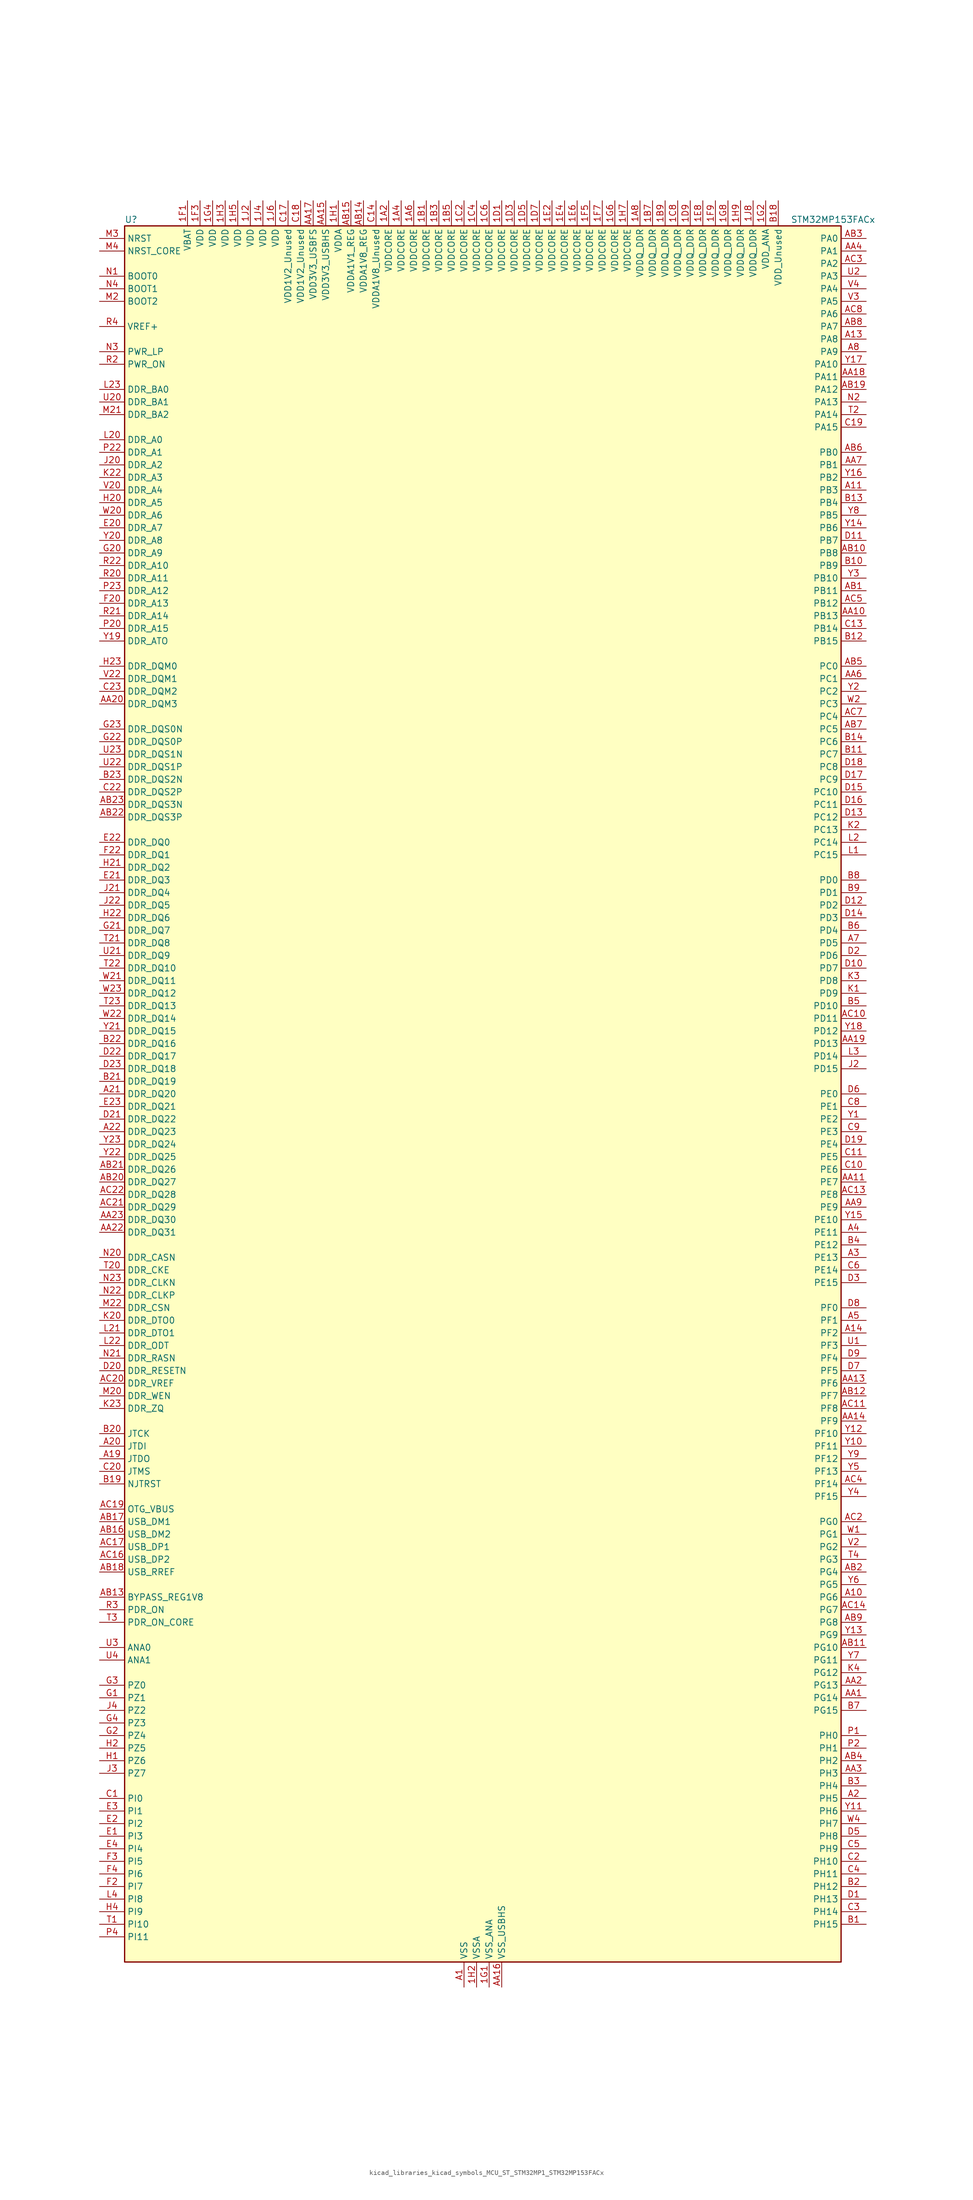
<source format=kicad_sym>
(kicad_symbol_lib
  (version 20220914)
  (generator kicad_symbol_editor)
  (symbol "kicad_libraries_kicad_symbols_MCU_ST_STM32MP1_STM32MP153FACx"
    (property "Reference" "U"
      (at -71.12 176.53 0)
      (effects (font (size 1.27 1.27)) (justify left)))
    (property "Value" "STM32MP153FACx"
      (at 63.5 176.53 0)
      (effects (font (size 1.27 1.27)) (justify left)))
    (property "ki_locked" ""
      (at 0 0 0)
      (effects (font (size 1.27 1.27))))
    (symbol "kicad_libraries_kicad_symbols_MCU_ST_STM32MP1_STM32MP153FACx_0_1"
      (rectangle (start -71.12 -175.26) (end 73.66 175.26) (stroke (width 0.254) (type default)) (fill (type background))))
    (symbol "kicad_libraries_kicad_symbols_MCU_ST_STM32MP1_STM32MP153FACx_1_1"
      (pin power_in line (at -17.78 180.34 270) (length 5.08) (name "VDDCORE" (effects (font (size 1.27 1.27)))) (number "1A2" (effects (font (size 1.27 1.27)))))
      (pin passive line (at -2.54 -180.34 90) (length 5.08) hide (name "VSS" (effects (font (size 1.27 1.27)))) (number "1A3" (effects (font (size 1.27 1.27)))))
      (pin power_in line (at -15.24 180.34 270) (length 5.08) (name "VDDCORE" (effects (font (size 1.27 1.27)))) (number "1A4" (effects (font (size 1.27 1.27)))))
      (pin passive line (at -2.54 -180.34 90) (length 5.08) hide (name "VSS" (effects (font (size 1.27 1.27)))) (number "1A5" (effects (font (size 1.27 1.27)))))
      (pin power_in line (at -12.7 180.34 270) (length 5.08) (name "VDDCORE" (effects (font (size 1.27 1.27)))) (number "1A6" (effects (font (size 1.27 1.27)))))
      (pin passive line (at -2.54 -180.34 90) (length 5.08) hide (name "VSS" (effects (font (size 1.27 1.27)))) (number "1A7" (effects (font (size 1.27 1.27)))))
      (pin power_in line (at 33.02 180.34 270) (length 5.08) (name "VDDQ_DDR" (effects (font (size 1.27 1.27)))) (number "1A8" (effects (font (size 1.27 1.27)))))
      (pin power_in line (at -10.16 180.34 270) (length 5.08) (name "VDDCORE" (effects (font (size 1.27 1.27)))) (number "1B1" (effects (font (size 1.27 1.27)))))
      (pin passive line (at -2.54 -180.34 90) (length 5.08) hide (name "VSS" (effects (font (size 1.27 1.27)))) (number "1B2" (effects (font (size 1.27 1.27)))))
      (pin power_in line (at -7.62 180.34 270) (length 5.08) (name "VDDCORE" (effects (font (size 1.27 1.27)))) (number "1B3" (effects (font (size 1.27 1.27)))))
      (pin passive line (at -2.54 -180.34 90) (length 5.08) hide (name "VSS" (effects (font (size 1.27 1.27)))) (number "1B4" (effects (font (size 1.27 1.27)))))
      (pin power_in line (at -5.08 180.34 270) (length 5.08) (name "VDDCORE" (effects (font (size 1.27 1.27)))) (number "1B5" (effects (font (size 1.27 1.27)))))
      (pin passive line (at -2.54 -180.34 90) (length 5.08) hide (name "VSS" (effects (font (size 1.27 1.27)))) (number "1B6" (effects (font (size 1.27 1.27)))))
      (pin power_in line (at 35.56 180.34 270) (length 5.08) (name "VDDQ_DDR" (effects (font (size 1.27 1.27)))) (number "1B7" (effects (font (size 1.27 1.27)))))
      (pin passive line (at -2.54 -180.34 90) (length 5.08) hide (name "VSS" (effects (font (size 1.27 1.27)))) (number "1B8" (effects (font (size 1.27 1.27)))))
      (pin power_in line (at 38.1 180.34 270) (length 5.08) (name "VDDQ_DDR" (effects (font (size 1.27 1.27)))) (number "1B9" (effects (font (size 1.27 1.27)))))
      (pin passive line (at -2.54 -180.34 90) (length 5.08) hide (name "VSS" (effects (font (size 1.27 1.27)))) (number "1C1" (effects (font (size 1.27 1.27)))))
      (pin power_in line (at -2.54 180.34 270) (length 5.08) (name "VDDCORE" (effects (font (size 1.27 1.27)))) (number "1C2" (effects (font (size 1.27 1.27)))))
      (pin passive line (at -2.54 -180.34 90) (length 5.08) hide (name "VSS" (effects (font (size 1.27 1.27)))) (number "1C3" (effects (font (size 1.27 1.27)))))
      (pin power_in line (at 0 180.34 270) (length 5.08) (name "VDDCORE" (effects (font (size 1.27 1.27)))) (number "1C4" (effects (font (size 1.27 1.27)))))
      (pin passive line (at -2.54 -180.34 90) (length 5.08) hide (name "VSS" (effects (font (size 1.27 1.27)))) (number "1C5" (effects (font (size 1.27 1.27)))))
      (pin power_in line (at 2.54 180.34 270) (length 5.08) (name "VDDCORE" (effects (font (size 1.27 1.27)))) (number "1C6" (effects (font (size 1.27 1.27)))))
      (pin passive line (at -2.54 -180.34 90) (length 5.08) hide (name "VSS" (effects (font (size 1.27 1.27)))) (number "1C7" (effects (font (size 1.27 1.27)))))
      (pin power_in line (at 40.64 180.34 270) (length 5.08) (name "VDDQ_DDR" (effects (font (size 1.27 1.27)))) (number "1C8" (effects (font (size 1.27 1.27)))))
      (pin passive line (at -2.54 -180.34 90) (length 5.08) hide (name "VSS" (effects (font (size 1.27 1.27)))) (number "1C9" (effects (font (size 1.27 1.27)))))
      (pin power_in line (at 5.08 180.34 270) (length 5.08) (name "VDDCORE" (effects (font (size 1.27 1.27)))) (number "1D1" (effects (font (size 1.27 1.27)))))
      (pin passive line (at -2.54 -180.34 90) (length 5.08) hide (name "VSS" (effects (font (size 1.27 1.27)))) (number "1D2" (effects (font (size 1.27 1.27)))))
      (pin power_in line (at 7.62 180.34 270) (length 5.08) (name "VDDCORE" (effects (font (size 1.27 1.27)))) (number "1D3" (effects (font (size 1.27 1.27)))))
      (pin passive line (at -2.54 -180.34 90) (length 5.08) hide (name "VSS" (effects (font (size 1.27 1.27)))) (number "1D4" (effects (font (size 1.27 1.27)))))
      (pin power_in line (at 10.16 180.34 270) (length 5.08) (name "VDDCORE" (effects (font (size 1.27 1.27)))) (number "1D5" (effects (font (size 1.27 1.27)))))
      (pin passive line (at -2.54 -180.34 90) (length 5.08) hide (name "VSS" (effects (font (size 1.27 1.27)))) (number "1D6" (effects (font (size 1.27 1.27)))))
      (pin power_in line (at 12.7 180.34 270) (length 5.08) (name "VDDCORE" (effects (font (size 1.27 1.27)))) (number "1D7" (effects (font (size 1.27 1.27)))))
      (pin passive line (at -2.54 -180.34 90) (length 5.08) hide (name "VSS" (effects (font (size 1.27 1.27)))) (number "1D8" (effects (font (size 1.27 1.27)))))
      (pin power_in line (at 43.18 180.34 270) (length 5.08) (name "VDDQ_DDR" (effects (font (size 1.27 1.27)))) (number "1D9" (effects (font (size 1.27 1.27)))))
      (pin passive line (at -2.54 -180.34 90) (length 5.08) hide (name "VSS" (effects (font (size 1.27 1.27)))) (number "1E1" (effects (font (size 1.27 1.27)))))
      (pin power_in line (at 15.24 180.34 270) (length 5.08) (name "VDDCORE" (effects (font (size 1.27 1.27)))) (number "1E2" (effects (font (size 1.27 1.27)))))
      (pin passive line (at -2.54 -180.34 90) (length 5.08) hide (name "VSS" (effects (font (size 1.27 1.27)))) (number "1E3" (effects (font (size 1.27 1.27)))))
      (pin power_in line (at 17.78 180.34 270) (length 5.08) (name "VDDCORE" (effects (font (size 1.27 1.27)))) (number "1E4" (effects (font (size 1.27 1.27)))))
      (pin passive line (at -2.54 -180.34 90) (length 5.08) hide (name "VSS" (effects (font (size 1.27 1.27)))) (number "1E5" (effects (font (size 1.27 1.27)))))
      (pin power_in line (at 20.32 180.34 270) (length 5.08) (name "VDDCORE" (effects (font (size 1.27 1.27)))) (number "1E6" (effects (font (size 1.27 1.27)))))
      (pin passive line (at -2.54 -180.34 90) (length 5.08) hide (name "VSS" (effects (font (size 1.27 1.27)))) (number "1E7" (effects (font (size 1.27 1.27)))))
      (pin power_in line (at 45.72 180.34 270) (length 5.08) (name "VDDQ_DDR" (effects (font (size 1.27 1.27)))) (number "1E8" (effects (font (size 1.27 1.27)))))
      (pin passive line (at -2.54 -180.34 90) (length 5.08) hide (name "VSS" (effects (font (size 1.27 1.27)))) (number "1E9" (effects (font (size 1.27 1.27)))))
      (pin power_in line (at -58.42 180.34 270) (length 5.08) (name "VBAT" (effects (font (size 1.27 1.27)))) (number "1F1" (effects (font (size 1.27 1.27)))))
      (pin passive line (at -2.54 -180.34 90) (length 5.08) hide (name "VSS" (effects (font (size 1.27 1.27)))) (number "1F2" (effects (font (size 1.27 1.27)))))
      (pin power_in line (at -55.88 180.34 270) (length 5.08) (name "VDD" (effects (font (size 1.27 1.27)))) (number "1F3" (effects (font (size 1.27 1.27)))))
      (pin passive line (at -2.54 -180.34 90) (length 5.08) hide (name "VSS" (effects (font (size 1.27 1.27)))) (number "1F4" (effects (font (size 1.27 1.27)))))
      (pin power_in line (at 22.86 180.34 270) (length 5.08) (name "VDDCORE" (effects (font (size 1.27 1.27)))) (number "1F5" (effects (font (size 1.27 1.27)))))
      (pin passive line (at -2.54 -180.34 90) (length 5.08) hide (name "VSS" (effects (font (size 1.27 1.27)))) (number "1F6" (effects (font (size 1.27 1.27)))))
      (pin power_in line (at 25.4 180.34 270) (length 5.08) (name "VDDCORE" (effects (font (size 1.27 1.27)))) (number "1F7" (effects (font (size 1.27 1.27)))))
      (pin passive line (at -2.54 -180.34 90) (length 5.08) hide (name "VSS" (effects (font (size 1.27 1.27)))) (number "1F8" (effects (font (size 1.27 1.27)))))
      (pin power_in line (at 48.26 180.34 270) (length 5.08) (name "VDDQ_DDR" (effects (font (size 1.27 1.27)))) (number "1F9" (effects (font (size 1.27 1.27)))))
      (pin power_in line (at 2.54 -180.34 90) (length 5.08) (name "VSS_ANA" (effects (font (size 1.27 1.27)))) (number "1G1" (effects (font (size 1.27 1.27)))))
      (pin power_in line (at 58.42 180.34 270) (length 5.08) (name "VDD_ANA" (effects (font (size 1.27 1.27)))) (number "1G2" (effects (font (size 1.27 1.27)))))
      (pin passive line (at -2.54 -180.34 90) (length 5.08) hide (name "VSS" (effects (font (size 1.27 1.27)))) (number "1G3" (effects (font (size 1.27 1.27)))))
      (pin power_in line (at -53.34 180.34 270) (length 5.08) (name "VDD" (effects (font (size 1.27 1.27)))) (number "1G4" (effects (font (size 1.27 1.27)))))
      (pin passive line (at -2.54 -180.34 90) (length 5.08) hide (name "VSS" (effects (font (size 1.27 1.27)))) (number "1G5" (effects (font (size 1.27 1.27)))))
      (pin power_in line (at 27.94 180.34 270) (length 5.08) (name "VDDCORE" (effects (font (size 1.27 1.27)))) (number "1G6" (effects (font (size 1.27 1.27)))))
      (pin passive line (at -2.54 -180.34 90) (length 5.08) hide (name "VSS" (effects (font (size 1.27 1.27)))) (number "1G7" (effects (font (size 1.27 1.27)))))
      (pin power_in line (at 50.8 180.34 270) (length 5.08) (name "VDDQ_DDR" (effects (font (size 1.27 1.27)))) (number "1G8" (effects (font (size 1.27 1.27)))))
      (pin passive line (at -2.54 -180.34 90) (length 5.08) hide (name "VSS" (effects (font (size 1.27 1.27)))) (number "1G9" (effects (font (size 1.27 1.27)))))
      (pin power_in line (at -27.94 180.34 270) (length 5.08) (name "VDDA" (effects (font (size 1.27 1.27)))) (number "1H1" (effects (font (size 1.27 1.27)))))
      (pin power_in line (at 0 -180.34 90) (length 5.08) (name "VSSA" (effects (font (size 1.27 1.27)))) (number "1H2" (effects (font (size 1.27 1.27)))))
      (pin power_in line (at -50.8 180.34 270) (length 5.08) (name "VDD" (effects (font (size 1.27 1.27)))) (number "1H3" (effects (font (size 1.27 1.27)))))
      (pin passive line (at -2.54 -180.34 90) (length 5.08) hide (name "VSS" (effects (font (size 1.27 1.27)))) (number "1H4" (effects (font (size 1.27 1.27)))))
      (pin power_in line (at -48.26 180.34 270) (length 5.08) (name "VDD" (effects (font (size 1.27 1.27)))) (number "1H5" (effects (font (size 1.27 1.27)))))
      (pin passive line (at -2.54 -180.34 90) (length 5.08) hide (name "VSS" (effects (font (size 1.27 1.27)))) (number "1H6" (effects (font (size 1.27 1.27)))))
      (pin power_in line (at 30.48 180.34 270) (length 5.08) (name "VDDCORE" (effects (font (size 1.27 1.27)))) (number "1H7" (effects (font (size 1.27 1.27)))))
      (pin passive line (at -2.54 -180.34 90) (length 5.08) hide (name "VSS" (effects (font (size 1.27 1.27)))) (number "1H8" (effects (font (size 1.27 1.27)))))
      (pin power_in line (at 53.34 180.34 270) (length 5.08) (name "VDDQ_DDR" (effects (font (size 1.27 1.27)))) (number "1H9" (effects (font (size 1.27 1.27)))))
      (pin power_in line (at -45.72 180.34 270) (length 5.08) (name "VDD" (effects (font (size 1.27 1.27)))) (number "1J2" (effects (font (size 1.27 1.27)))))
      (pin passive line (at -2.54 -180.34 90) (length 5.08) hide (name "VSS" (effects (font (size 1.27 1.27)))) (number "1J3" (effects (font (size 1.27 1.27)))))
      (pin power_in line (at -43.18 180.34 270) (length 5.08) (name "VDD" (effects (font (size 1.27 1.27)))) (number "1J4" (effects (font (size 1.27 1.27)))))
      (pin passive line (at -2.54 -180.34 90) (length 5.08) hide (name "VSS" (effects (font (size 1.27 1.27)))) (number "1J5" (effects (font (size 1.27 1.27)))))
      (pin power_in line (at -40.64 180.34 270) (length 5.08) (name "VDD" (effects (font (size 1.27 1.27)))) (number "1J6" (effects (font (size 1.27 1.27)))))
      (pin passive line (at -2.54 -180.34 90) (length 5.08) hide (name "VSS" (effects (font (size 1.27 1.27)))) (number "1J7" (effects (font (size 1.27 1.27)))))
      (pin power_in line (at 55.88 180.34 270) (length 5.08) (name "VDDQ_DDR" (effects (font (size 1.27 1.27)))) (number "1J8" (effects (font (size 1.27 1.27)))))
      (pin power_in line (at -2.54 -180.34 90) (length 5.08) (name "VSS" (effects (font (size 1.27 1.27)))) (number "A1" (effects (font (size 1.27 1.27)))))
      (pin bidirectional line (at 78.74 -101.6 180) (length 5.08) (name "PG6" (effects (font (size 1.27 1.27)))) (number "A10" (effects (font (size 1.27 1.27)))) (alternate "DCMI_D12" bidirectional line) (alternate "DEBUG_TRACED14" bidirectional line) (alternate "LTDC_R7" bidirectional line) (alternate "SDMMC2_CMD" bidirectional line) (alternate "TIM17_BKIN" bidirectional line))
      (pin bidirectional line (at 78.74 121.92 180) (length 5.08) (name "PB3" (effects (font (size 1.27 1.27)))) (number "A11" (effects (font (size 1.27 1.27)))) (alternate "DEBUG_TRACED9" bidirectional line) (alternate "I2S1_CK" bidirectional line) (alternate "I2S3_CK" bidirectional line) (alternate "SAI4_CK1" bidirectional line) (alternate "SAI4_MCLK_A" bidirectional line) (alternate "SDMMC2_D2" bidirectional line) (alternate "SPI1_SCK" bidirectional line) (alternate "SPI3_SCK" bidirectional line) (alternate "SPI6_SCK" bidirectional line) (alternate "TIM2_CH2" bidirectional line) (alternate "UART7_RX" bidirectional line))
      (pin bidirectional line (at 78.74 152.4 180) (length 5.08) (name "PA8" (effects (font (size 1.27 1.27)))) (number "A13" (effects (font (size 1.27 1.27)))) (alternate "I2C3_SCL" bidirectional line) (alternate "I2S3_SDO" bidirectional line) (alternate "LTDC_R6" bidirectional line) (alternate "RCC_MCO_1" bidirectional line) (alternate "SAI4_SD_B" bidirectional line) (alternate "SDMMC2_CKIN" bidirectional line) (alternate "SDMMC2_D4" bidirectional line) (alternate "SPI3_MOSI" bidirectional line) (alternate "TIM1_CH1" bidirectional line) (alternate "TIM8_BKIN2" bidirectional line) (alternate "UART7_RX" bidirectional line) (alternate "USART1_CK" bidirectional line) (alternate "USB_OTG_HS_SOF" bidirectional line))
      (pin bidirectional line (at 78.74 -48.26 180) (length 5.08) (name "PF2" (effects (font (size 1.27 1.27)))) (number "A14" (effects (font (size 1.27 1.27)))) (alternate "FMC_A2" bidirectional line) (alternate "I2C2_SMBA" bidirectional line) (alternate "SDMMC1_D0DIR" bidirectional line) (alternate "SDMMC2_D0DIR" bidirectional line) (alternate "SDMMC3_D0DIR" bidirectional line))
      (pin no_connect line (at -71.12 -175.26 0) (length 5.08) hide (name "DNU" (effects (font (size 1.27 1.27)))) (number "A16" (effects (font (size 1.27 1.27)))))
      (pin no_connect line (at -71.12 -172.72 0) (length 5.08) hide (name "DNU" (effects (font (size 1.27 1.27)))) (number "A17" (effects (font (size 1.27 1.27)))))
      (pin bidirectional line (at -76.2 -73.66 0) (length 5.08) (name "JTDO" (effects (font (size 1.27 1.27)))) (number "A19" (effects (font (size 1.27 1.27)))) (alternate "DEBUG_JTDO-SWO" bidirectional line))
      (pin bidirectional line (at 78.74 -142.24 180) (length 5.08) (name "PH5" (effects (font (size 1.27 1.27)))) (number "A2" (effects (font (size 1.27 1.27)))) (alternate "I2C2_SDA" bidirectional line) (alternate "SAI4_SD_B" bidirectional line) (alternate "SPI5_NSS" bidirectional line))
      (pin bidirectional line (at -76.2 -71.12 0) (length 5.08) (name "JTDI" (effects (font (size 1.27 1.27)))) (number "A20" (effects (font (size 1.27 1.27)))) (alternate "DEBUG_JTDI" bidirectional line))
      (pin bidirectional line (at -76.2 0 0) (length 5.08) (name "DDR_DQ20" (effects (font (size 1.27 1.27)))) (number "A21" (effects (font (size 1.27 1.27)))) (alternate "DDR_DQ20" bidirectional line))
      (pin bidirectional line (at -76.2 -7.62 0) (length 5.08) (name "DDR_DQ23" (effects (font (size 1.27 1.27)))) (number "A22" (effects (font (size 1.27 1.27)))) (alternate "DDR_DQ23" bidirectional line))
      (pin passive line (at -2.54 -180.34 90) (length 5.08) hide (name "VSS" (effects (font (size 1.27 1.27)))) (number "A23" (effects (font (size 1.27 1.27)))))
      (pin bidirectional line (at 78.74 -33.02 180) (length 5.08) (name "PE13" (effects (font (size 1.27 1.27)))) (number "A3" (effects (font (size 1.27 1.27)))) (alternate "DCMI_D6" bidirectional line) (alternate "DFSDM1_CKIN5" bidirectional line) (alternate "FMC_D10" bidirectional line) (alternate "FMC_DA10" bidirectional line) (alternate "HDP_HDP2" bidirectional line) (alternate "LTDC_DE" bidirectional line) (alternate "SAI2_FS_B" bidirectional line) (alternate "SPI4_MISO" bidirectional line) (alternate "TIM1_CH3" bidirectional line))
      (pin bidirectional line (at 78.74 -27.94 180) (length 5.08) (name "PE11" (effects (font (size 1.27 1.27)))) (number "A4" (effects (font (size 1.27 1.27)))) (alternate "ADC1_EXTI11" bidirectional line) (alternate "ADC2_EXTI11" bidirectional line) (alternate "DCMI_D4" bidirectional line) (alternate "DFSDM1_CKIN4" bidirectional line) (alternate "FMC_D8" bidirectional line) (alternate "FMC_DA8" bidirectional line) (alternate "LTDC_G3" bidirectional line) (alternate "SAI2_SD_B" bidirectional line) (alternate "SPI4_NSS" bidirectional line) (alternate "TIM1_CH2" bidirectional line) (alternate "USART6_CK" bidirectional line))
      (pin bidirectional line (at 78.74 -45.72 180) (length 5.08) (name "PF1" (effects (font (size 1.27 1.27)))) (number "A5" (effects (font (size 1.27 1.27)))) (alternate "FMC_A1" bidirectional line) (alternate "I2C2_SCL" bidirectional line) (alternate "SDMMC3_CDIR" bidirectional line) (alternate "SDMMC3_CMD" bidirectional line))
      (pin bidirectional line (at 78.74 30.48 180) (length 5.08) (name "PD5" (effects (font (size 1.27 1.27)))) (number "A7" (effects (font (size 1.27 1.27)))) (alternate "FMC_NWE" bidirectional line) (alternate "SDMMC3_D2" bidirectional line) (alternate "USART2_TX" bidirectional line))
      (pin bidirectional line (at 78.74 149.86 180) (length 5.08) (name "PA9" (effects (font (size 1.27 1.27)))) (number "A8" (effects (font (size 1.27 1.27)))) (alternate "DAC1_EXTI9" bidirectional line) (alternate "DCMI_D0" bidirectional line) (alternate "I2C3_SMBA" bidirectional line) (alternate "I2S2_CK" bidirectional line) (alternate "LTDC_R5" bidirectional line) (alternate "SDMMC2_CDIR" bidirectional line) (alternate "SDMMC2_D5" bidirectional line) (alternate "SPI2_SCK" bidirectional line) (alternate "TIM1_CH2" bidirectional line) (alternate "USART1_TX" bidirectional line))
      (pin bidirectional line (at 78.74 -121.92 180) (length 5.08) (name "PG14" (effects (font (size 1.27 1.27)))) (number "AA1" (effects (font (size 1.27 1.27)))) (alternate "DEBUG_TRACED1" bidirectional line) (alternate "ETH1_TXD1" bidirectional line) (alternate "FMC_A25" bidirectional line) (alternate "LPTIM1_ETR" bidirectional line) (alternate "LTDC_B0" bidirectional line) (alternate "QUADSPI_BK2_IO3" bidirectional line) (alternate "SAI4_D1" bidirectional line) (alternate "SAI4_SD_A" bidirectional line) (alternate "SPI6_MOSI" bidirectional line) (alternate "USART6_TX" bidirectional line))
      (pin bidirectional line (at 78.74 96.52 180) (length 5.08) (name "PB13" (effects (font (size 1.27 1.27)))) (number "AA10" (effects (font (size 1.27 1.27)))) (alternate "DFSDM1_CKIN1" bidirectional line) (alternate "DFSDM1_CKOUT" bidirectional line) (alternate "ETH1_TXD1" bidirectional line) (alternate "FDCAN2_TX" bidirectional line) (alternate "I2S2_CK" bidirectional line) (alternate "LPTIM2_OUT" bidirectional line) (alternate "SPI2_SCK" bidirectional line) (alternate "TIM1_CH1N" bidirectional line) (alternate "UART5_TX" bidirectional line) (alternate "USART3_CTS" bidirectional line) (alternate "USART3_NSS" bidirectional line))
      (pin bidirectional line (at 78.74 -17.78 180) (length 5.08) (name "PE7" (effects (font (size 1.27 1.27)))) (number "AA11" (effects (font (size 1.27 1.27)))) (alternate "DFSDM1_DATIN2" bidirectional line) (alternate "FMC_D4" bidirectional line) (alternate "FMC_DA4" bidirectional line) (alternate "QUADSPI_BK2_IO0" bidirectional line) (alternate "TIM1_ETR" bidirectional line) (alternate "TIM3_ETR" bidirectional line) (alternate "UART7_RX" bidirectional line))
      (pin passive line (at -2.54 -180.34 90) (length 5.08) hide (name "VSS" (effects (font (size 1.27 1.27)))) (number "AA12" (effects (font (size 1.27 1.27)))))
      (pin bidirectional line (at 78.74 -58.42 180) (length 5.08) (name "PF6" (effects (font (size 1.27 1.27)))) (number "AA13" (effects (font (size 1.27 1.27)))) (alternate "QUADSPI_BK1_IO3" bidirectional line) (alternate "SAI1_SD_B" bidirectional line) (alternate "SAI4_SCK_B" bidirectional line) (alternate "SPI5_NSS" bidirectional line) (alternate "TIM16_CH1" bidirectional line) (alternate "UART7_RX" bidirectional line))
      (pin bidirectional line (at 78.74 -66.04 180) (length 5.08) (name "PF9" (effects (font (size 1.27 1.27)))) (number "AA14" (effects (font (size 1.27 1.27)))) (alternate "DAC1_EXTI9" bidirectional line) (alternate "DEBUG_TRACED13" bidirectional line) (alternate "QUADSPI_BK1_IO1" bidirectional line) (alternate "SAI1_FS_B" bidirectional line) (alternate "SPI5_MOSI" bidirectional line) (alternate "TIM14_CH1" bidirectional line) (alternate "TIM17_CH1N" bidirectional line) (alternate "UART7_CTS" bidirectional line))
      (pin power_in line (at -30.48 180.34 270) (length 5.08) (name "VDD3V3_USBHS" (effects (font (size 1.27 1.27)))) (number "AA15" (effects (font (size 1.27 1.27)))))
      (pin power_in line (at 5.08 -180.34 90) (length 5.08) (name "VSS_USBHS" (effects (font (size 1.27 1.27)))) (number "AA16" (effects (font (size 1.27 1.27)))))
      (pin power_in line (at -33.02 180.34 270) (length 5.08) (name "VDD3V3_USBFS" (effects (font (size 1.27 1.27)))) (number "AA17" (effects (font (size 1.27 1.27)))))
      (pin bidirectional line (at 78.74 144.78 180) (length 5.08) (name "PA11" (effects (font (size 1.27 1.27)))) (number "AA18" (effects (font (size 1.27 1.27)))) (alternate "ADC1_EXTI11" bidirectional line) (alternate "ADC2_EXTI11" bidirectional line) (alternate "FDCAN1_RX" bidirectional line) (alternate "I2C5_SCL" bidirectional line) (alternate "I2C6_SCL" bidirectional line) (alternate "I2S2_WS" bidirectional line) (alternate "LTDC_R4" bidirectional line) (alternate "SPI2_NSS" bidirectional line) (alternate "TIM1_CH4" bidirectional line) (alternate "UART4_RX" bidirectional line) (alternate "USART1_CTS" bidirectional line) (alternate "USART1_NSS" bidirectional line))
      (pin bidirectional line (at 78.74 10.16 180) (length 5.08) (name "PD13" (effects (font (size 1.27 1.27)))) (number "AA19" (effects (font (size 1.27 1.27)))) (alternate "FMC_A18" bidirectional line) (alternate "I2C1_SDA" bidirectional line) (alternate "I2C4_SDA" bidirectional line) (alternate "I2S3_MCK" bidirectional line) (alternate "LPTIM1_OUT" bidirectional line) (alternate "QUADSPI_BK1_IO3" bidirectional line) (alternate "SAI2_SCK_A" bidirectional line) (alternate "TIM4_CH2" bidirectional line))
      (pin bidirectional line (at 78.74 -119.38 180) (length 5.08) (name "PG13" (effects (font (size 1.27 1.27)))) (number "AA2" (effects (font (size 1.27 1.27)))) (alternate "DEBUG_TRACED0" bidirectional line) (alternate "ETH1_TXD0" bidirectional line) (alternate "FMC_A24" bidirectional line) (alternate "LPTIM1_OUT" bidirectional line) (alternate "LTDC_R0" bidirectional line) (alternate "SAI1_CK2" bidirectional line) (alternate "SAI1_SCK_A" bidirectional line) (alternate "SAI4_CK1" bidirectional line) (alternate "SAI4_MCLK_A" bidirectional line) (alternate "SPI6_SCK" bidirectional line) (alternate "USART6_CTS" bidirectional line) (alternate "USART6_NSS" bidirectional line))
      (pin bidirectional line (at -76.2 78.74 0) (length 5.08) (name "DDR_DQM3" (effects (font (size 1.27 1.27)))) (number "AA20" (effects (font (size 1.27 1.27)))) (alternate "DDR_DQM3" bidirectional line))
      (pin passive line (at -2.54 -180.34 90) (length 5.08) hide (name "VSS" (effects (font (size 1.27 1.27)))) (number "AA21" (effects (font (size 1.27 1.27)))))
      (pin bidirectional line (at -76.2 -27.94 0) (length 5.08) (name "DDR_DQ31" (effects (font (size 1.27 1.27)))) (number "AA22" (effects (font (size 1.27 1.27)))) (alternate "DDR_DQ31" bidirectional line))
      (pin bidirectional line (at -76.2 -25.4 0) (length 5.08) (name "DDR_DQ30" (effects (font (size 1.27 1.27)))) (number "AA23" (effects (font (size 1.27 1.27)))) (alternate "DDR_DQ30" bidirectional line))
      (pin bidirectional line (at 78.74 -137.16 180) (length 5.08) (name "PH3" (effects (font (size 1.27 1.27)))) (number "AA3" (effects (font (size 1.27 1.27)))) (alternate "DFSDM1_CKIN4" bidirectional line) (alternate "ETH1_COL" bidirectional line) (alternate "LTDC_R1" bidirectional line) (alternate "QUADSPI_BK2_IO1" bidirectional line) (alternate "SAI2_MCLK_B" bidirectional line))
      (pin bidirectional line (at 78.74 170.18 180) (length 5.08) (name "PA1" (effects (font (size 1.27 1.27)))) (number "AA4" (effects (font (size 1.27 1.27)))) (alternate "ADC1_INN16" bidirectional line) (alternate "ADC1_INP17" bidirectional line) (alternate "ETH1_CLK" bidirectional line) (alternate "ETH1_REF_CLK" bidirectional line) (alternate "ETH1_RX_CLK" bidirectional line) (alternate "LPTIM3_OUT" bidirectional line) (alternate "LTDC_R2" bidirectional line) (alternate "QUADSPI_BK1_IO3" bidirectional line) (alternate "SAI2_MCLK_B" bidirectional line) (alternate "TIM15_CH1N" bidirectional line) (alternate "TIM2_CH2" bidirectional line) (alternate "TIM5_CH2" bidirectional line) (alternate "UART4_RX" bidirectional line) (alternate "USART2_DE" bidirectional line) (alternate "USART2_RTS" bidirectional line))
      (pin passive line (at -2.54 -180.34 90) (length 5.08) hide (name "VSS" (effects (font (size 1.27 1.27)))) (number "AA5" (effects (font (size 1.27 1.27)))))
      (pin bidirectional line (at 78.74 83.82 180) (length 5.08) (name "PC1" (effects (font (size 1.27 1.27)))) (number "AA6" (effects (font (size 1.27 1.27)))) (alternate "ADC1_INN10" bidirectional line) (alternate "ADC1_INP11" bidirectional line) (alternate "ADC2_INN10" bidirectional line) (alternate "ADC2_INP11" bidirectional line) (alternate "DEBUG_TRACED0" bidirectional line) (alternate "DFSDM1_CKIN4" bidirectional line) (alternate "DFSDM1_DATIN0" bidirectional line) (alternate "ETH1_MDC" bidirectional line) (alternate "I2S2_SDO" bidirectional line) (alternate "PWR_WKUP6" bidirectional line) (alternate "SAI1_D1" bidirectional line) (alternate "SAI1_SD_A" bidirectional line) (alternate "SDMMC2_CK" bidirectional line) (alternate "SPI2_MOSI" bidirectional line) (alternate "TAMP_IN3" bidirectional line))
      (pin bidirectional line (at 78.74 127 180) (length 5.08) (name "PB1" (effects (font (size 1.27 1.27)))) (number "AA7" (effects (font (size 1.27 1.27)))) (alternate "ADC1_INP5" bidirectional line) (alternate "ADC2_INP5" bidirectional line) (alternate "DFSDM1_DATIN1" bidirectional line) (alternate "ETH1_RXD3" bidirectional line) (alternate "LTDC_G0" bidirectional line) (alternate "LTDC_R6" bidirectional line) (alternate "TIM1_CH3N" bidirectional line) (alternate "TIM3_CH4" bidirectional line) (alternate "TIM8_CH3N" bidirectional line))
      (pin passive line (at -2.54 -180.34 90) (length 5.08) hide (name "VSS" (effects (font (size 1.27 1.27)))) (number "AA8" (effects (font (size 1.27 1.27)))))
      (pin bidirectional line (at 78.74 -22.86 180) (length 5.08) (name "PE9" (effects (font (size 1.27 1.27)))) (number "AA9" (effects (font (size 1.27 1.27)))) (alternate "DAC1_EXTI9" bidirectional line) (alternate "DFSDM1_CKOUT" bidirectional line) (alternate "FMC_D6" bidirectional line) (alternate "FMC_DA6" bidirectional line) (alternate "QUADSPI_BK2_IO2" bidirectional line) (alternate "TIM1_CH1" bidirectional line) (alternate "UART7_DE" bidirectional line) (alternate "UART7_RTS" bidirectional line))
      (pin bidirectional line (at 78.74 101.6 180) (length 5.08) (name "PB11" (effects (font (size 1.27 1.27)))) (number "AB1" (effects (font (size 1.27 1.27)))) (alternate "ADC1_EXTI11" bidirectional line) (alternate "ADC2_EXTI11" bidirectional line) (alternate "DFSDM1_CKIN7" bidirectional line) (alternate "ETH1_TX_CTL" bidirectional line) (alternate "ETH1_TX_EN" bidirectional line) (alternate "I2C2_SDA" bidirectional line) (alternate "LPTIM2_ETR" bidirectional line) (alternate "LTDC_G5" bidirectional line) (alternate "TIM2_CH4" bidirectional line) (alternate "USART3_RX" bidirectional line))
      (pin bidirectional line (at 78.74 109.22 180) (length 5.08) (name "PB8" (effects (font (size 1.27 1.27)))) (number "AB10" (effects (font (size 1.27 1.27)))) (alternate "DCMI_D6" bidirectional line) (alternate "DFSDM1_CKIN7" bidirectional line) (alternate "ETH1_TXD3" bidirectional line) (alternate "FDCAN1_RX" bidirectional line) (alternate "HDP_HDP6" bidirectional line) (alternate "I2C1_SCL" bidirectional line) (alternate "I2C4_SCL" bidirectional line) (alternate "LTDC_B6" bidirectional line) (alternate "SDMMC1_CKIN" bidirectional line) (alternate "SDMMC1_D4" bidirectional line) (alternate "SDMMC2_CKIN" bidirectional line) (alternate "SDMMC2_D4" bidirectional line) (alternate "TIM16_CH1" bidirectional line) (alternate "TIM4_CH3" bidirectional line) (alternate "UART4_RX" bidirectional line))
      (pin bidirectional line (at 78.74 -111.76 180) (length 5.08) (name "PG10" (effects (font (size 1.27 1.27)))) (number "AB11" (effects (font (size 1.27 1.27)))) (alternate "DCMI_D2" bidirectional line) (alternate "DEBUG_TRACED10" bidirectional line) (alternate "FMC_NE3" bidirectional line) (alternate "LTDC_B2" bidirectional line) (alternate "LTDC_G3" bidirectional line) (alternate "QUADSPI_BK2_IO2" bidirectional line) (alternate "SAI2_SD_B" bidirectional line) (alternate "UART8_CTS" bidirectional line))
      (pin bidirectional line (at 78.74 -60.96 180) (length 5.08) (name "PF7" (effects (font (size 1.27 1.27)))) (number "AB12" (effects (font (size 1.27 1.27)))) (alternate "QUADSPI_BK1_IO2" bidirectional line) (alternate "SAI1_MCLK_B" bidirectional line) (alternate "SPI5_SCK" bidirectional line) (alternate "TIM17_CH1" bidirectional line) (alternate "UART7_TX" bidirectional line))
      (pin bidirectional line (at -76.2 -101.6 0) (length 5.08) (name "BYPASS_REG1V8" (effects (font (size 1.27 1.27)))) (number "AB13" (effects (font (size 1.27 1.27)))))
      (pin power_in line (at -22.86 180.34 270) (length 5.08) (name "VDDA1V8_REG" (effects (font (size 1.27 1.27)))) (number "AB14" (effects (font (size 1.27 1.27)))))
      (pin power_in line (at -25.4 180.34 270) (length 5.08) (name "VDDA1V1_REG" (effects (font (size 1.27 1.27)))) (number "AB15" (effects (font (size 1.27 1.27)))))
      (pin bidirectional line (at -76.2 -88.9 0) (length 5.08) (name "USB_DM2" (effects (font (size 1.27 1.27)))) (number "AB16" (effects (font (size 1.27 1.27)))) (alternate "USBH_HS2_DM" bidirectional line) (alternate "USB_OTG_HS_DM" bidirectional line))
      (pin bidirectional line (at -76.2 -86.36 0) (length 5.08) (name "USB_DM1" (effects (font (size 1.27 1.27)))) (number "AB17" (effects (font (size 1.27 1.27)))) (alternate "USBH_HS1_DM" bidirectional line))
      (pin bidirectional line (at -76.2 -96.52 0) (length 5.08) (name "USB_RREF" (effects (font (size 1.27 1.27)))) (number "AB18" (effects (font (size 1.27 1.27)))))
      (pin bidirectional line (at 78.74 142.24 180) (length 5.08) (name "PA12" (effects (font (size 1.27 1.27)))) (number "AB19" (effects (font (size 1.27 1.27)))) (alternate "FDCAN1_TX" bidirectional line) (alternate "I2C5_SDA" bidirectional line) (alternate "I2C6_SDA" bidirectional line) (alternate "LTDC_R5" bidirectional line) (alternate "SAI2_FS_B" bidirectional line) (alternate "TIM1_ETR" bidirectional line) (alternate "UART4_TX" bidirectional line) (alternate "USART1_DE" bidirectional line) (alternate "USART1_RTS" bidirectional line))
      (pin bidirectional line (at 78.74 -96.52 180) (length 5.08) (name "PG4" (effects (font (size 1.27 1.27)))) (number "AB2" (effects (font (size 1.27 1.27)))) (alternate "ETH1_GTX_CLK" bidirectional line) (alternate "FMC_A14" bidirectional line) (alternate "TIM1_BKIN2" bidirectional line))
      (pin bidirectional line (at -76.2 -17.78 0) (length 5.08) (name "DDR_DQ27" (effects (font (size 1.27 1.27)))) (number "AB20" (effects (font (size 1.27 1.27)))) (alternate "DDR_DQ27" bidirectional line))
      (pin bidirectional line (at -76.2 -15.24 0) (length 5.08) (name "DDR_DQ26" (effects (font (size 1.27 1.27)))) (number "AB21" (effects (font (size 1.27 1.27)))) (alternate "DDR_DQ26" bidirectional line))
      (pin bidirectional line (at -76.2 55.88 0) (length 5.08) (name "DDR_DQS3P" (effects (font (size 1.27 1.27)))) (number "AB22" (effects (font (size 1.27 1.27)))) (alternate "DDR_DQS3P" bidirectional line))
      (pin bidirectional line (at -76.2 58.42 0) (length 5.08) (name "DDR_DQS3N" (effects (font (size 1.27 1.27)))) (number "AB23" (effects (font (size 1.27 1.27)))) (alternate "DDR_DQS3N" bidirectional line))
      (pin bidirectional line (at 78.74 172.72 180) (length 5.08) (name "PA0" (effects (font (size 1.27 1.27)))) (number "AB3" (effects (font (size 1.27 1.27)))) (alternate "ADC1_INP16" bidirectional line) (alternate "ETH1_CRS" bidirectional line) (alternate "PWR_WKUP1" bidirectional line) (alternate "SAI2_SD_B" bidirectional line) (alternate "SDMMC2_CMD" bidirectional line) (alternate "TIM15_BKIN" bidirectional line) (alternate "TIM2_CH1" bidirectional line) (alternate "TIM2_ETR" bidirectional line) (alternate "TIM5_CH1" bidirectional line) (alternate "TIM8_ETR" bidirectional line) (alternate "UART4_TX" bidirectional line) (alternate "USART2_CTS" bidirectional line) (alternate "USART2_NSS" bidirectional line))
      (pin bidirectional line (at 78.74 -134.62 180) (length 5.08) (name "PH2" (effects (font (size 1.27 1.27)))) (number "AB4" (effects (font (size 1.27 1.27)))) (alternate "ETH1_CRS" bidirectional line) (alternate "LPTIM1_IN2" bidirectional line) (alternate "LTDC_R0" bidirectional line) (alternate "QUADSPI_BK2_IO0" bidirectional line) (alternate "SAI2_SCK_B" bidirectional line))
      (pin bidirectional line (at 78.74 86.36 180) (length 5.08) (name "PC0" (effects (font (size 1.27 1.27)))) (number "AB5" (effects (font (size 1.27 1.27)))) (alternate "ADC1_INP10" bidirectional line) (alternate "ADC2_INP10" bidirectional line) (alternate "DFSDM1_CKIN0" bidirectional line) (alternate "DFSDM1_DATIN4" bidirectional line) (alternate "LPTIM2_IN2" bidirectional line) (alternate "LTDC_R5" bidirectional line) (alternate "QUADSPI_BK2_NCS" bidirectional line) (alternate "SAI2_FS_B" bidirectional line))
      (pin bidirectional line (at 78.74 129.54 180) (length 5.08) (name "PB0" (effects (font (size 1.27 1.27)))) (number "AB6" (effects (font (size 1.27 1.27)))) (alternate "ADC1_INN5" bidirectional line) (alternate "ADC1_INP9" bidirectional line) (alternate "ADC2_INN5" bidirectional line) (alternate "ADC2_INP9" bidirectional line) (alternate "DFSDM1_CKOUT" bidirectional line) (alternate "ETH1_RXD2" bidirectional line) (alternate "LTDC_G1" bidirectional line) (alternate "LTDC_R3" bidirectional line) (alternate "TIM1_CH2N" bidirectional line) (alternate "TIM3_CH3" bidirectional line) (alternate "TIM8_CH2N" bidirectional line) (alternate "UART4_CTS" bidirectional line))
      (pin bidirectional line (at 78.74 73.66 180) (length 5.08) (name "PC5" (effects (font (size 1.27 1.27)))) (number "AB7" (effects (font (size 1.27 1.27)))) (alternate "ADC1_INN4" bidirectional line) (alternate "ADC1_INP8" bidirectional line) (alternate "ADC2_INN4" bidirectional line) (alternate "ADC2_INP8" bidirectional line) (alternate "DFSDM1_DATIN2" bidirectional line) (alternate "ETH1_RXD1" bidirectional line) (alternate "SAI1_D3" bidirectional line) (alternate "SAI1_D4" bidirectional line) (alternate "SAI4_D3" bidirectional line) (alternate "SAI4_D4" bidirectional line) (alternate "SPDIFRX_IN3" bidirectional line))
      (pin bidirectional line (at 78.74 154.94 180) (length 5.08) (name "PA7" (effects (font (size 1.27 1.27)))) (number "AB8" (effects (font (size 1.27 1.27)))) (alternate "ADC1_INN3" bidirectional line) (alternate "ADC1_INP7" bidirectional line) (alternate "ADC2_INN3" bidirectional line) (alternate "ADC2_INP7" bidirectional line) (alternate "ETH1_CRS_DV" bidirectional line) (alternate "ETH1_RX_CTL" bidirectional line) (alternate "ETH1_RX_DV" bidirectional line) (alternate "I2S1_SDO" bidirectional line) (alternate "QUADSPI_CLK" bidirectional line) (alternate "SAI4_D1" bidirectional line) (alternate "SAI4_SD_A" bidirectional line) (alternate "SPI1_MOSI" bidirectional line) (alternate "SPI6_MOSI" bidirectional line) (alternate "TIM14_CH1" bidirectional line) (alternate "TIM1_CH1N" bidirectional line) (alternate "TIM3_CH2" bidirectional line) (alternate "TIM8_CH1N" bidirectional line))
      (pin bidirectional line (at 78.74 -106.68 180) (length 5.08) (name "PG8" (effects (font (size 1.27 1.27)))) (number "AB9" (effects (font (size 1.27 1.27)))) (alternate "DEBUG_TRACED15" bidirectional line) (alternate "ETH1_CLK" bidirectional line) (alternate "ETH1_PPS_OUT" bidirectional line) (alternate "LTDC_G7" bidirectional line) (alternate "SAI4_D2" bidirectional line) (alternate "SAI4_FS_A" bidirectional line) (alternate "SPDIFRX_IN2" bidirectional line) (alternate "SPI6_NSS" bidirectional line) (alternate "TIM2_CH1" bidirectional line) (alternate "TIM2_ETR" bidirectional line) (alternate "TIM8_ETR" bidirectional line) (alternate "USART3_DE" bidirectional line) (alternate "USART3_RTS" bidirectional line) (alternate "USART6_DE" bidirectional line) (alternate "USART6_RTS" bidirectional line))
      (pin passive line (at -2.54 -180.34 90) (length 5.08) hide (name "VSS" (effects (font (size 1.27 1.27)))) (number "AC1" (effects (font (size 1.27 1.27)))))
      (pin bidirectional line (at 78.74 15.24 180) (length 5.08) (name "PD11" (effects (font (size 1.27 1.27)))) (number "AC10" (effects (font (size 1.27 1.27)))) (alternate "ADC1_EXTI11" bidirectional line) (alternate "ADC2_EXTI11" bidirectional line) (alternate "FMC_A16" bidirectional line) (alternate "FMC_CLE" bidirectional line) (alternate "I2C1_SMBA" bidirectional line) (alternate "I2C4_SMBA" bidirectional line) (alternate "LPTIM2_IN2" bidirectional line) (alternate "QUADSPI_BK1_IO0" bidirectional line) (alternate "SAI2_SD_A" bidirectional line) (alternate "USART3_CTS" bidirectional line) (alternate "USART3_NSS" bidirectional line))
      (pin bidirectional line (at 78.74 -63.5 180) (length 5.08) (name "PF8" (effects (font (size 1.27 1.27)))) (number "AC11" (effects (font (size 1.27 1.27)))) (alternate "DEBUG_TRACED12" bidirectional line) (alternate "QUADSPI_BK1_IO0" bidirectional line) (alternate "SAI1_SCK_B" bidirectional line) (alternate "SPI5_MISO" bidirectional line) (alternate "TIM13_CH1" bidirectional line) (alternate "TIM16_CH1N" bidirectional line) (alternate "UART7_DE" bidirectional line) (alternate "UART7_RTS" bidirectional line))
      (pin bidirectional line (at 78.74 -20.32 180) (length 5.08) (name "PE8" (effects (font (size 1.27 1.27)))) (number "AC13" (effects (font (size 1.27 1.27)))) (alternate "DFSDM1_CKIN2" bidirectional line) (alternate "FMC_D5" bidirectional line) (alternate "FMC_DA5" bidirectional line) (alternate "QUADSPI_BK2_IO1" bidirectional line) (alternate "TIM1_CH1N" bidirectional line) (alternate "UART7_TX" bidirectional line))
      (pin bidirectional line (at 78.74 -104.14 180) (length 5.08) (name "PG7" (effects (font (size 1.27 1.27)))) (number "AC14" (effects (font (size 1.27 1.27)))) (alternate "DCMI_D13" bidirectional line) (alternate "DEBUG_TRACED5" bidirectional line) (alternate "LTDC_CLK" bidirectional line) (alternate "QUADSPI_BK2_IO3" bidirectional line) (alternate "QUADSPI_CLK" bidirectional line) (alternate "SAI1_MCLK_A" bidirectional line) (alternate "UART8_DE" bidirectional line) (alternate "UART8_RTS" bidirectional line) (alternate "USART6_CK" bidirectional line))
      (pin bidirectional line (at -76.2 -93.98 0) (length 5.08) (name "USB_DP2" (effects (font (size 1.27 1.27)))) (number "AC16" (effects (font (size 1.27 1.27)))) (alternate "USBH_HS2_DP" bidirectional line) (alternate "USB_OTG_HS_DP" bidirectional line))
      (pin bidirectional line (at -76.2 -91.44 0) (length 5.08) (name "USB_DP1" (effects (font (size 1.27 1.27)))) (number "AC17" (effects (font (size 1.27 1.27)))) (alternate "USBH_HS1_DP" bidirectional line))
      (pin bidirectional line (at -76.2 -83.82 0) (length 5.08) (name "OTG_VBUS" (effects (font (size 1.27 1.27)))) (number "AC19" (effects (font (size 1.27 1.27)))) (alternate "USB_OTG_HS_VBUS" bidirectional line))
      (pin bidirectional line (at 78.74 -86.36 180) (length 5.08) (name "PG0" (effects (font (size 1.27 1.27)))) (number "AC2" (effects (font (size 1.27 1.27)))) (alternate "DEBUG_TRACED0" bidirectional line) (alternate "DFSDM1_DATIN0" bidirectional line) (alternate "ETH1_TXD4" bidirectional line) (alternate "FMC_A10" bidirectional line))
      (pin bidirectional line (at -76.2 -58.42 0) (length 5.08) (name "DDR_VREF" (effects (font (size 1.27 1.27)))) (number "AC20" (effects (font (size 1.27 1.27)))) (alternate "DDR_VREF" bidirectional line))
      (pin bidirectional line (at -76.2 -22.86 0) (length 5.08) (name "DDR_DQ29" (effects (font (size 1.27 1.27)))) (number "AC21" (effects (font (size 1.27 1.27)))) (alternate "DDR_DQ29" bidirectional line))
      (pin bidirectional line (at -76.2 -20.32 0) (length 5.08) (name "DDR_DQ28" (effects (font (size 1.27 1.27)))) (number "AC22" (effects (font (size 1.27 1.27)))) (alternate "DDR_DQ28" bidirectional line))
      (pin passive line (at -2.54 -180.34 90) (length 5.08) hide (name "VSS" (effects (font (size 1.27 1.27)))) (number "AC23" (effects (font (size 1.27 1.27)))))
      (pin bidirectional line (at 78.74 167.64 180) (length 5.08) (name "PA2" (effects (font (size 1.27 1.27)))) (number "AC3" (effects (font (size 1.27 1.27)))) (alternate "ADC1_INP14" bidirectional line) (alternate "ETH1_MDIO" bidirectional line) (alternate "LPTIM4_OUT" bidirectional line) (alternate "LTDC_R1" bidirectional line) (alternate "PWR_WKUP2" bidirectional line) (alternate "SAI2_SCK_B" bidirectional line) (alternate "SDMMC2_D0DIR" bidirectional line) (alternate "TIM15_CH1" bidirectional line) (alternate "TIM2_CH3" bidirectional line) (alternate "TIM5_CH3" bidirectional line) (alternate "USART2_TX" bidirectional line))
      (pin bidirectional line (at 78.74 -78.74 180) (length 5.08) (name "PF14" (effects (font (size 1.27 1.27)))) (number "AC4" (effects (font (size 1.27 1.27)))) (alternate "ADC2_INN2" bidirectional line) (alternate "ADC2_INP6" bidirectional line) (alternate "DEBUG_TRACED6" bidirectional line) (alternate "DFSDM1_CKIN6" bidirectional line) (alternate "ETH1_RXD6" bidirectional line) (alternate "FMC_A8" bidirectional line) (alternate "I2C1_SCL" bidirectional line) (alternate "I2C4_SCL" bidirectional line))
      (pin bidirectional line (at 78.74 99.06 180) (length 5.08) (name "PB12" (effects (font (size 1.27 1.27)))) (number "AC5" (effects (font (size 1.27 1.27)))) (alternate "DFSDM1_DATIN1" bidirectional line) (alternate "ETH1_TXD0" bidirectional line) (alternate "FDCAN2_RX" bidirectional line) (alternate "I2C2_SMBA" bidirectional line) (alternate "I2C6_SMBA" bidirectional line) (alternate "I2S2_WS" bidirectional line) (alternate "SPI2_NSS" bidirectional line) (alternate "TIM1_BKIN" bidirectional line) (alternate "UART5_RX" bidirectional line) (alternate "USART3_CK" bidirectional line) (alternate "USART3_RX" bidirectional line))
      (pin bidirectional line (at 78.74 76.2 180) (length 5.08) (name "PC4" (effects (font (size 1.27 1.27)))) (number "AC7" (effects (font (size 1.27 1.27)))) (alternate "ADC1_INP4" bidirectional line) (alternate "ADC2_INP4" bidirectional line) (alternate "DFSDM1_CKIN2" bidirectional line) (alternate "ETH1_RXD0" bidirectional line) (alternate "I2S1_MCK" bidirectional line) (alternate "SPDIFRX_IN2" bidirectional line))
      (pin bidirectional line (at 78.74 157.48 180) (length 5.08) (name "PA6" (effects (font (size 1.27 1.27)))) (number "AC8" (effects (font (size 1.27 1.27)))) (alternate "ADC1_INP3" bidirectional line) (alternate "ADC2_INP3" bidirectional line) (alternate "DCMI_PIXCLK" bidirectional line) (alternate "I2S1_SDI" bidirectional line) (alternate "LTDC_G2" bidirectional line) (alternate "SAI4_CK2" bidirectional line) (alternate "SAI4_SCK_A" bidirectional line) (alternate "SPI1_MISO" bidirectional line) (alternate "SPI6_MISO" bidirectional line) (alternate "TIM13_CH1" bidirectional line) (alternate "TIM1_BKIN" bidirectional line) (alternate "TIM3_CH1" bidirectional line) (alternate "TIM8_BKIN" bidirectional line))
      (pin bidirectional line (at 78.74 -167.64 180) (length 5.08) (name "PH15" (effects (font (size 1.27 1.27)))) (number "B1" (effects (font (size 1.27 1.27)))) (alternate "ADC1_EXTI15" bidirectional line) (alternate "ADC2_EXTI15" bidirectional line) (alternate "DCMI_D11" bidirectional line) (alternate "LTDC_G4" bidirectional line) (alternate "TIM8_CH3N" bidirectional line))
      (pin bidirectional line (at 78.74 106.68 180) (length 5.08) (name "PB9" (effects (font (size 1.27 1.27)))) (number "B10" (effects (font (size 1.27 1.27)))) (alternate "DAC1_EXTI9" bidirectional line) (alternate "DCMI_D7" bidirectional line) (alternate "DFSDM1_DATIN7" bidirectional line) (alternate "FDCAN1_TX" bidirectional line) (alternate "HDP_HDP7" bidirectional line) (alternate "I2C1_SDA" bidirectional line) (alternate "I2C4_SDA" bidirectional line) (alternate "I2S2_WS" bidirectional line) (alternate "LTDC_B7" bidirectional line) (alternate "SDMMC1_CDIR" bidirectional line) (alternate "SDMMC1_D5" bidirectional line) (alternate "SDMMC2_CDIR" bidirectional line) (alternate "SDMMC2_D5" bidirectional line) (alternate "SPI2_NSS" bidirectional line) (alternate "TIM17_CH1" bidirectional line) (alternate "TIM4_CH4" bidirectional line) (alternate "UART4_TX" bidirectional line))
      (pin bidirectional line (at 78.74 68.58 180) (length 5.08) (name "PC7" (effects (font (size 1.27 1.27)))) (number "B11" (effects (font (size 1.27 1.27)))) (alternate "DCMI_D1" bidirectional line) (alternate "DFSDM1_DATIN3" bidirectional line) (alternate "HDP_HDP4" bidirectional line) (alternate "I2S3_MCK" bidirectional line) (alternate "LTDC_G6" bidirectional line) (alternate "SDMMC1_D123DIR" bidirectional line) (alternate "SDMMC1_D7" bidirectional line) (alternate "SDMMC2_D123DIR" bidirectional line) (alternate "SDMMC2_D7" bidirectional line) (alternate "TIM3_CH2" bidirectional line) (alternate "TIM8_CH2" bidirectional line) (alternate "USART6_RX" bidirectional line))
      (pin bidirectional line (at 78.74 91.44 180) (length 5.08) (name "PB15" (effects (font (size 1.27 1.27)))) (number "B12" (effects (font (size 1.27 1.27)))) (alternate "ADC1_EXTI15" bidirectional line) (alternate "ADC2_EXTI15" bidirectional line) (alternate "DFSDM1_CKIN2" bidirectional line) (alternate "I2S2_SDO" bidirectional line) (alternate "RTC_REFIN" bidirectional line) (alternate "SDMMC2_D1" bidirectional line) (alternate "SPI2_MOSI" bidirectional line) (alternate "TIM12_CH2" bidirectional line) (alternate "TIM1_CH3N" bidirectional line) (alternate "TIM8_CH3N" bidirectional line) (alternate "USART1_RX" bidirectional line))
      (pin bidirectional line (at 78.74 119.38 180) (length 5.08) (name "PB4" (effects (font (size 1.27 1.27)))) (number "B13" (effects (font (size 1.27 1.27)))) (alternate "DEBUG_TRACED8" bidirectional line) (alternate "I2S1_SDI" bidirectional line) (alternate "I2S2_WS" bidirectional line) (alternate "I2S3_SDI" bidirectional line) (alternate "SAI4_CK2" bidirectional line) (alternate "SAI4_SCK_A" bidirectional line) (alternate "SDMMC2_D3" bidirectional line) (alternate "SPI1_MISO" bidirectional line) (alternate "SPI2_NSS" bidirectional line) (alternate "SPI3_MISO" bidirectional line) (alternate "SPI6_MISO" bidirectional line) (alternate "TIM16_BKIN" bidirectional line) (alternate "TIM3_CH1" bidirectional line) (alternate "UART7_TX" bidirectional line))
      (pin bidirectional line (at 78.74 71.12 180) (length 5.08) (name "PC6" (effects (font (size 1.27 1.27)))) (number "B14" (effects (font (size 1.27 1.27)))) (alternate "DCMI_D0" bidirectional line) (alternate "DFSDM1_CKIN3" bidirectional line) (alternate "HDP_HDP1" bidirectional line) (alternate "I2S2_MCK" bidirectional line) (alternate "LTDC_HSYNC" bidirectional line) (alternate "SDMMC1_D0DIR" bidirectional line) (alternate "SDMMC1_D6" bidirectional line) (alternate "SDMMC2_D0DIR" bidirectional line) (alternate "SDMMC2_D6" bidirectional line) (alternate "TIM3_CH1" bidirectional line) (alternate "TIM8_CH1" bidirectional line) (alternate "USART6_TX" bidirectional line))
      (pin no_connect line (at -71.12 -170.18 0) (length 5.08) hide (name "DNU" (effects (font (size 1.27 1.27)))) (number "B15" (effects (font (size 1.27 1.27)))))
      (pin no_connect line (at -71.12 -167.64 0) (length 5.08) hide (name "DNU" (effects (font (size 1.27 1.27)))) (number "B16" (effects (font (size 1.27 1.27)))))
      (pin no_connect line (at -71.12 -165.1 0) (length 5.08) hide (name "DNU" (effects (font (size 1.27 1.27)))) (number "B17" (effects (font (size 1.27 1.27)))))
      (pin power_in line (at 60.96 180.34 270) (length 5.08) (name "VDD_Unused" (effects (font (size 1.27 1.27)))) (number "B18" (effects (font (size 1.27 1.27)))))
      (pin bidirectional line (at -76.2 -78.74 0) (length 5.08) (name "NJTRST" (effects (font (size 1.27 1.27)))) (number "B19" (effects (font (size 1.27 1.27)))) (alternate "DEBUG_JTRST" bidirectional line))
      (pin bidirectional line (at 78.74 -160.02 180) (length 5.08) (name "PH12" (effects (font (size 1.27 1.27)))) (number "B2" (effects (font (size 1.27 1.27)))) (alternate "DCMI_D3" bidirectional line) (alternate "HDP_HDP2" bidirectional line) (alternate "I2C1_SDA" bidirectional line) (alternate "I2C4_SDA" bidirectional line) (alternate "LTDC_R6" bidirectional line) (alternate "TIM5_CH3" bidirectional line))
      (pin bidirectional line (at -76.2 -68.58 0) (length 5.08) (name "JTCK" (effects (font (size 1.27 1.27)))) (number "B20" (effects (font (size 1.27 1.27)))) (alternate "DEBUG_JTCK-SWCLK" bidirectional line))
      (pin bidirectional line (at -76.2 2.54 0) (length 5.08) (name "DDR_DQ19" (effects (font (size 1.27 1.27)))) (number "B21" (effects (font (size 1.27 1.27)))) (alternate "DDR_DQ19" bidirectional line))
      (pin bidirectional line (at -76.2 10.16 0) (length 5.08) (name "DDR_DQ16" (effects (font (size 1.27 1.27)))) (number "B22" (effects (font (size 1.27 1.27)))) (alternate "DDR_DQ16" bidirectional line))
      (pin bidirectional line (at -76.2 63.5 0) (length 5.08) (name "DDR_DQS2N" (effects (font (size 1.27 1.27)))) (number "B23" (effects (font (size 1.27 1.27)))) (alternate "DDR_DQS2N" bidirectional line))
      (pin bidirectional line (at 78.74 -139.7 180) (length 5.08) (name "PH4" (effects (font (size 1.27 1.27)))) (number "B3" (effects (font (size 1.27 1.27)))) (alternate "I2C2_SCL" bidirectional line) (alternate "LTDC_G4" bidirectional line) (alternate "LTDC_G5" bidirectional line))
      (pin bidirectional line (at 78.74 -30.48 180) (length 5.08) (name "PE12" (effects (font (size 1.27 1.27)))) (number "B4" (effects (font (size 1.27 1.27)))) (alternate "DFSDM1_DATIN5" bidirectional line) (alternate "FMC_D9" bidirectional line) (alternate "FMC_DA9" bidirectional line) (alternate "LTDC_B4" bidirectional line) (alternate "SAI2_SCK_B" bidirectional line) (alternate "SDMMC1_D0DIR" bidirectional line) (alternate "SPI4_SCK" bidirectional line) (alternate "TIM1_CH3N" bidirectional line))
      (pin bidirectional line (at 78.74 17.78 180) (length 5.08) (name "PD10" (effects (font (size 1.27 1.27)))) (number "B5" (effects (font (size 1.27 1.27)))) (alternate "DFSDM1_CKOUT" bidirectional line) (alternate "FMC_D15" bidirectional line) (alternate "FMC_DA15" bidirectional line) (alternate "I2C5_SMBA" bidirectional line) (alternate "I2S3_SDI" bidirectional line) (alternate "LTDC_B3" bidirectional line) (alternate "RTC_REFIN" bidirectional line) (alternate "SAI3_FS_B" bidirectional line) (alternate "SPI3_MISO" bidirectional line) (alternate "TIM16_BKIN" bidirectional line) (alternate "USART3_CK" bidirectional line))
      (pin bidirectional line (at 78.74 33.02 180) (length 5.08) (name "PD4" (effects (font (size 1.27 1.27)))) (number "B6" (effects (font (size 1.27 1.27)))) (alternate "DFSDM1_CKIN0" bidirectional line) (alternate "FMC_NOE" bidirectional line) (alternate "SAI3_FS_A" bidirectional line) (alternate "SDMMC3_D1" bidirectional line) (alternate "USART2_DE" bidirectional line) (alternate "USART2_RTS" bidirectional line))
      (pin bidirectional line (at 78.74 -124.46 180) (length 5.08) (name "PG15" (effects (font (size 1.27 1.27)))) (number "B7" (effects (font (size 1.27 1.27)))) (alternate "ADC1_EXTI15" bidirectional line) (alternate "ADC2_EXTI15" bidirectional line) (alternate "DCMI_D13" bidirectional line) (alternate "DEBUG_TRACED7" bidirectional line) (alternate "I2C2_SDA" bidirectional line) (alternate "SAI1_D2" bidirectional line) (alternate "SAI1_FS_A" bidirectional line) (alternate "SDMMC3_CK" bidirectional line) (alternate "USART6_CTS" bidirectional line) (alternate "USART6_NSS" bidirectional line))
      (pin bidirectional line (at 78.74 43.18 180) (length 5.08) (name "PD0" (effects (font (size 1.27 1.27)))) (number "B8" (effects (font (size 1.27 1.27)))) (alternate "DFSDM1_CKIN6" bidirectional line) (alternate "DFSDM1_DATIN7" bidirectional line) (alternate "FDCAN1_RX" bidirectional line) (alternate "FMC_D2" bidirectional line) (alternate "FMC_DA2" bidirectional line) (alternate "I2C5_SDA" bidirectional line) (alternate "I2C6_SDA" bidirectional line) (alternate "SAI3_SCK_A" bidirectional line) (alternate "SDMMC3_CMD" bidirectional line) (alternate "UART4_RX" bidirectional line))
      (pin bidirectional line (at 78.74 40.64 180) (length 5.08) (name "PD1" (effects (font (size 1.27 1.27)))) (number "B9" (effects (font (size 1.27 1.27)))) (alternate "DFSDM1_CKIN7" bidirectional line) (alternate "DFSDM1_DATIN6" bidirectional line) (alternate "FDCAN1_TX" bidirectional line) (alternate "FMC_D3" bidirectional line) (alternate "FMC_DA3" bidirectional line) (alternate "I2C5_SCL" bidirectional line) (alternate "I2C6_SCL" bidirectional line) (alternate "SAI3_SD_A" bidirectional line) (alternate "SDMMC3_D0" bidirectional line) (alternate "UART4_TX" bidirectional line))
      (pin bidirectional line (at -76.2 -142.24 0) (length 5.08) (name "PI0" (effects (font (size 1.27 1.27)))) (number "C1" (effects (font (size 1.27 1.27)))) (alternate "DCMI_D13" bidirectional line) (alternate "I2S2_WS" bidirectional line) (alternate "LTDC_G5" bidirectional line) (alternate "SPI2_NSS" bidirectional line) (alternate "TIM5_CH4" bidirectional line))
      (pin bidirectional line (at 78.74 -15.24 180) (length 5.08) (name "PE6" (effects (font (size 1.27 1.27)))) (number "C10" (effects (font (size 1.27 1.27)))) (alternate "DCMI_D7" bidirectional line) (alternate "DEBUG_TRACED2" bidirectional line) (alternate "FMC_A22" bidirectional line) (alternate "LTDC_G1" bidirectional line) (alternate "SAI1_D1" bidirectional line) (alternate "SAI1_SD_A" bidirectional line) (alternate "SAI2_MCLK_B" bidirectional line) (alternate "SDMMC1_D2" bidirectional line) (alternate "SDMMC2_D0" bidirectional line) (alternate "SPI4_MOSI" bidirectional line) (alternate "TIM15_CH2" bidirectional line) (alternate "TIM1_BKIN2" bidirectional line))
      (pin bidirectional line (at 78.74 -12.7 180) (length 5.08) (name "PE5" (effects (font (size 1.27 1.27)))) (number "C11" (effects (font (size 1.27 1.27)))) (alternate "DCMI_D6" bidirectional line) (alternate "DEBUG_TRACED3" bidirectional line) (alternate "DFSDM1_CKIN3" bidirectional line) (alternate "FMC_A21" bidirectional line) (alternate "LTDC_G0" bidirectional line) (alternate "SAI1_CK2" bidirectional line) (alternate "SAI1_SCK_A" bidirectional line) (alternate "SDMMC1_D0DIR" bidirectional line) (alternate "SDMMC1_D6" bidirectional line) (alternate "SDMMC2_D0DIR" bidirectional line) (alternate "SDMMC2_D6" bidirectional line) (alternate "SPI4_MISO" bidirectional line) (alternate "TIM15_CH1" bidirectional line))
      (pin passive line (at -2.54 -180.34 90) (length 5.08) hide (name "VSS" (effects (font (size 1.27 1.27)))) (number "C12" (effects (font (size 1.27 1.27)))))
      (pin bidirectional line (at 78.74 93.98 180) (length 5.08) (name "PB14" (effects (font (size 1.27 1.27)))) (number "C13" (effects (font (size 1.27 1.27)))) (alternate "DFSDM1_DATIN2" bidirectional line) (alternate "I2S2_SDI" bidirectional line) (alternate "SDMMC2_D0" bidirectional line) (alternate "SPI2_MISO" bidirectional line) (alternate "TIM12_CH1" bidirectional line) (alternate "TIM1_CH2N" bidirectional line) (alternate "TIM8_CH2N" bidirectional line) (alternate "USART1_TX" bidirectional line) (alternate "USART3_DE" bidirectional line) (alternate "USART3_RTS" bidirectional line))
      (pin power_in line (at -20.32 180.34 270) (length 5.08) (name "VDDA1V8_Unused" (effects (font (size 1.27 1.27)))) (number "C14" (effects (font (size 1.27 1.27)))))
      (pin no_connect line (at -71.12 -162.56 0) (length 5.08) hide (name "DNU" (effects (font (size 1.27 1.27)))) (number "C15" (effects (font (size 1.27 1.27)))))
      (pin passive line (at -2.54 -180.34 90) (length 5.08) hide (name "VSS" (effects (font (size 1.27 1.27)))) (number "C16" (effects (font (size 1.27 1.27)))))
      (pin power_in line (at -38.1 180.34 270) (length 5.08) (name "VDD1V2_Unused" (effects (font (size 1.27 1.27)))) (number "C17" (effects (font (size 1.27 1.27)))))
      (pin power_in line (at -35.56 180.34 270) (length 5.08) (name "VDD1V2_Unused" (effects (font (size 1.27 1.27)))) (number "C18" (effects (font (size 1.27 1.27)))))
      (pin bidirectional line (at 78.74 134.62 180) (length 5.08) (name "PA15" (effects (font (size 1.27 1.27)))) (number "C19" (effects (font (size 1.27 1.27)))) (alternate "ADC1_EXTI15" bidirectional line) (alternate "ADC2_EXTI15" bidirectional line) (alternate "CEC" bidirectional line) (alternate "DEBUG_DBTRGI" bidirectional line) (alternate "I2S1_WS" bidirectional line) (alternate "I2S3_WS" bidirectional line) (alternate "LTDC_R1" bidirectional line) (alternate "SAI4_D2" bidirectional line) (alternate "SAI4_FS_A" bidirectional line) (alternate "SDMMC1_CDIR" bidirectional line) (alternate "SDMMC1_D5" bidirectional line) (alternate "SDMMC2_CDIR" bidirectional line) (alternate "SDMMC2_D5" bidirectional line) (alternate "SPI1_NSS" bidirectional line) (alternate "SPI3_NSS" bidirectional line) (alternate "SPI6_NSS" bidirectional line) (alternate "TIM2_CH1" bidirectional line) (alternate "TIM2_ETR" bidirectional line) (alternate "UART4_DE" bidirectional line) (alternate "UART4_RTS" bidirectional line) (alternate "UART7_TX" bidirectional line))
      (pin bidirectional line (at 78.74 -154.94 180) (length 5.08) (name "PH10" (effects (font (size 1.27 1.27)))) (number "C2" (effects (font (size 1.27 1.27)))) (alternate "DCMI_D1" bidirectional line) (alternate "I2C1_SMBA" bidirectional line) (alternate "I2C4_SMBA" bidirectional line) (alternate "LTDC_R4" bidirectional line) (alternate "TIM5_CH1" bidirectional line))
      (pin bidirectional line (at -76.2 -76.2 0) (length 5.08) (name "JTMS" (effects (font (size 1.27 1.27)))) (number "C20" (effects (font (size 1.27 1.27)))) (alternate "DEBUG_JTMS-SWDIO" bidirectional line))
      (pin passive line (at -2.54 -180.34 90) (length 5.08) hide (name "VSS" (effects (font (size 1.27 1.27)))) (number "C21" (effects (font (size 1.27 1.27)))))
      (pin bidirectional line (at -76.2 60.96 0) (length 5.08) (name "DDR_DQS2P" (effects (font (size 1.27 1.27)))) (number "C22" (effects (font (size 1.27 1.27)))) (alternate "DDR_DQS2P" bidirectional line))
      (pin bidirectional line (at -76.2 81.28 0) (length 5.08) (name "DDR_DQM2" (effects (font (size 1.27 1.27)))) (number "C23" (effects (font (size 1.27 1.27)))) (alternate "DDR_DQM2" bidirectional line))
      (pin bidirectional line (at 78.74 -165.1 180) (length 5.08) (name "PH14" (effects (font (size 1.27 1.27)))) (number "C3" (effects (font (size 1.27 1.27)))) (alternate "DCMI_D4" bidirectional line) (alternate "FDCAN1_RX" bidirectional line) (alternate "LTDC_G3" bidirectional line) (alternate "TIM8_CH2N" bidirectional line) (alternate "UART4_RX" bidirectional line))
      (pin bidirectional line (at 78.74 -157.48 180) (length 5.08) (name "PH11" (effects (font (size 1.27 1.27)))) (number "C4" (effects (font (size 1.27 1.27)))) (alternate "ADC1_EXTI11" bidirectional line) (alternate "ADC2_EXTI11" bidirectional line) (alternate "DCMI_D2" bidirectional line) (alternate "I2C1_SCL" bidirectional line) (alternate "I2C4_SCL" bidirectional line) (alternate "LTDC_R5" bidirectional line) (alternate "TIM5_CH2" bidirectional line))
      (pin bidirectional line (at 78.74 -152.4 180) (length 5.08) (name "PH9" (effects (font (size 1.27 1.27)))) (number "C5" (effects (font (size 1.27 1.27)))) (alternate "DAC1_EXTI9" bidirectional line) (alternate "DCMI_D0" bidirectional line) (alternate "I2C3_SMBA" bidirectional line) (alternate "LTDC_R3" bidirectional line) (alternate "TIM12_CH2" bidirectional line))
      (pin bidirectional line (at 78.74 -35.56 180) (length 5.08) (name "PE14" (effects (font (size 1.27 1.27)))) (number "C6" (effects (font (size 1.27 1.27)))) (alternate "FMC_D11" bidirectional line) (alternate "FMC_DA11" bidirectional line) (alternate "LTDC_CLK" bidirectional line) (alternate "LTDC_G0" bidirectional line) (alternate "SAI2_MCLK_B" bidirectional line) (alternate "SDMMC1_D123DIR" bidirectional line) (alternate "SPI4_MOSI" bidirectional line) (alternate "TIM1_CH4" bidirectional line) (alternate "UART8_DE" bidirectional line) (alternate "UART8_RTS" bidirectional line))
      (pin passive line (at -2.54 -180.34 90) (length 5.08) hide (name "VSS" (effects (font (size 1.27 1.27)))) (number "C7" (effects (font (size 1.27 1.27)))))
      (pin bidirectional line (at 78.74 -2.54 180) (length 5.08) (name "PE1" (effects (font (size 1.27 1.27)))) (number "C8" (effects (font (size 1.27 1.27)))) (alternate "DCMI_D3" bidirectional line) (alternate "FMC_NBL1" bidirectional line) (alternate "I2S2_MCK" bidirectional line) (alternate "LPTIM1_IN2" bidirectional line) (alternate "SAI3_SD_B" bidirectional line) (alternate "UART8_TX" bidirectional line))
      (pin bidirectional line (at 78.74 -7.62 180) (length 5.08) (name "PE3" (effects (font (size 1.27 1.27)))) (number "C9" (effects (font (size 1.27 1.27)))) (alternate "DEBUG_TRACED0" bidirectional line) (alternate "FMC_A19" bidirectional line) (alternate "SAI1_SD_B" bidirectional line) (alternate "SDMMC2_CK" bidirectional line) (alternate "TIM15_BKIN" bidirectional line))
      (pin bidirectional line (at 78.74 -162.56 180) (length 5.08) (name "PH13" (effects (font (size 1.27 1.27)))) (number "D1" (effects (font (size 1.27 1.27)))) (alternate "FDCAN1_TX" bidirectional line) (alternate "LTDC_G2" bidirectional line) (alternate "TIM8_CH1N" bidirectional line) (alternate "UART4_TX" bidirectional line))
      (pin bidirectional line (at 78.74 25.4 180) (length 5.08) (name "PD7" (effects (font (size 1.27 1.27)))) (number "D10" (effects (font (size 1.27 1.27)))) (alternate "DEBUG_TRACED6" bidirectional line) (alternate "DFSDM1_CKIN1" bidirectional line) (alternate "DFSDM1_DATIN4" bidirectional line) (alternate "FMC_NE1" bidirectional line) (alternate "I2C2_SCL" bidirectional line) (alternate "SDMMC3_D3" bidirectional line) (alternate "SPDIFRX_IN0" bidirectional line) (alternate "USART2_CK" bidirectional line))
      (pin bidirectional line (at 78.74 111.76 180) (length 5.08) (name "PB7" (effects (font (size 1.27 1.27)))) (number "D11" (effects (font (size 1.27 1.27)))) (alternate "DCMI_VSYNC" bidirectional line) (alternate "DFSDM1_CKIN5" bidirectional line) (alternate "FMC_NL" bidirectional line) (alternate "I2C1_SDA" bidirectional line) (alternate "I2C4_SDA" bidirectional line) (alternate "SDMMC2_D1" bidirectional line) (alternate "TIM17_CH1N" bidirectional line) (alternate "TIM4_CH2" bidirectional line) (alternate "USART1_RX" bidirectional line))
      (pin bidirectional line (at 78.74 38.1 180) (length 5.08) (name "PD2" (effects (font (size 1.27 1.27)))) (number "D12" (effects (font (size 1.27 1.27)))) (alternate "DCMI_D11" bidirectional line) (alternate "I2C5_SMBA" bidirectional line) (alternate "SDMMC1_CMD" bidirectional line) (alternate "TIM3_ETR" bidirectional line) (alternate "UART4_RX" bidirectional line) (alternate "UART5_RX" bidirectional line))
      (pin bidirectional line (at 78.74 55.88 180) (length 5.08) (name "PC12" (effects (font (size 1.27 1.27)))) (number "D13" (effects (font (size 1.27 1.27)))) (alternate "DCMI_D9" bidirectional line) (alternate "DEBUG_TRACECLK" bidirectional line) (alternate "I2S3_SDO" bidirectional line) (alternate "RCC_MCO_2" bidirectional line) (alternate "SAI4_D3" bidirectional line) (alternate "SAI4_SD_B" bidirectional line) (alternate "SDMMC1_CK" bidirectional line) (alternate "SPI3_MOSI" bidirectional line) (alternate "UART5_TX" bidirectional line) (alternate "USART3_CK" bidirectional line))
      (pin bidirectional line (at 78.74 35.56 180) (length 5.08) (name "PD3" (effects (font (size 1.27 1.27)))) (number "D14" (effects (font (size 1.27 1.27)))) (alternate "DCMI_D5" bidirectional line) (alternate "DFSDM1_CKOUT" bidirectional line) (alternate "DFSDM1_DATIN0" bidirectional line) (alternate "FMC_CLK" bidirectional line) (alternate "HDP_HDP5" bidirectional line) (alternate "I2S2_CK" bidirectional line) (alternate "LTDC_G7" bidirectional line) (alternate "SDMMC1_D123DIR" bidirectional line) (alternate "SDMMC1_D7" bidirectional line) (alternate "SDMMC2_D123DIR" bidirectional line) (alternate "SDMMC2_D7" bidirectional line) (alternate "SPI2_SCK" bidirectional line) (alternate "USART2_CTS" bidirectional line) (alternate "USART2_NSS" bidirectional line))
      (pin bidirectional line (at 78.74 60.96 180) (length 5.08) (name "PC10" (effects (font (size 1.27 1.27)))) (number "D15" (effects (font (size 1.27 1.27)))) (alternate "DCMI_D8" bidirectional line) (alternate "DEBUG_TRACED2" bidirectional line) (alternate "DFSDM1_CKIN5" bidirectional line) (alternate "I2S3_CK" bidirectional line) (alternate "LTDC_R2" bidirectional line) (alternate "QUADSPI_BK1_IO1" bidirectional line) (alternate "SAI4_MCLK_B" bidirectional line) (alternate "SDMMC1_D2" bidirectional line) (alternate "SPI3_SCK" bidirectional line) (alternate "UART4_TX" bidirectional line) (alternate "USART3_TX" bidirectional line))
      (pin bidirectional line (at 78.74 58.42 180) (length 5.08) (name "PC11" (effects (font (size 1.27 1.27)))) (number "D16" (effects (font (size 1.27 1.27)))) (alternate "ADC1_EXTI11" bidirectional line) (alternate "ADC2_EXTI11" bidirectional line) (alternate "DCMI_D4" bidirectional line) (alternate "DEBUG_TRACED3" bidirectional line) (alternate "DFSDM1_DATIN5" bidirectional line) (alternate "I2S3_SDI" bidirectional line) (alternate "QUADSPI_BK2_NCS" bidirectional line) (alternate "SAI4_SCK_B" bidirectional line) (alternate "SDMMC1_D3" bidirectional line) (alternate "SPI3_MISO" bidirectional line) (alternate "UART4_RX" bidirectional line) (alternate "USART3_RX" bidirectional line))
      (pin bidirectional line (at 78.74 63.5 180) (length 5.08) (name "PC9" (effects (font (size 1.27 1.27)))) (number "D17" (effects (font (size 1.27 1.27)))) (alternate "DAC1_EXTI9" bidirectional line) (alternate "DCMI_D3" bidirectional line) (alternate "DEBUG_TRACED1" bidirectional line) (alternate "I2C3_SDA" bidirectional line) (alternate "I2S_CKIN" bidirectional line) (alternate "LTDC_B2" bidirectional line) (alternate "QUADSPI_BK1_IO0" bidirectional line) (alternate "SDMMC1_D1" bidirectional line) (alternate "TIM3_CH4" bidirectional line) (alternate "TIM8_CH4" bidirectional line) (alternate "UART5_CTS" bidirectional line))
      (pin bidirectional line (at 78.74 66.04 180) (length 5.08) (name "PC8" (effects (font (size 1.27 1.27)))) (number "D18" (effects (font (size 1.27 1.27)))) (alternate "DCMI_D2" bidirectional line) (alternate "DEBUG_TRACED0" bidirectional line) (alternate "SDMMC1_D0" bidirectional line) (alternate "TIM3_CH3" bidirectional line) (alternate "TIM8_CH3" bidirectional line) (alternate "UART4_TX" bidirectional line) (alternate "UART5_DE" bidirectional line) (alternate "UART5_RTS" bidirectional line) (alternate "USART6_CK" bidirectional line))
      (pin bidirectional line (at 78.74 -10.16 180) (length 5.08) (name "PE4" (effects (font (size 1.27 1.27)))) (number "D19" (effects (font (size 1.27 1.27)))) (alternate "DCMI_D4" bidirectional line) (alternate "DEBUG_TRACED1" bidirectional line) (alternate "DFSDM1_DATIN3" bidirectional line) (alternate "FMC_A20" bidirectional line) (alternate "LTDC_B0" bidirectional line) (alternate "SAI1_D2" bidirectional line) (alternate "SAI1_FS_A" bidirectional line) (alternate "SDMMC1_CKIN" bidirectional line) (alternate "SDMMC1_D4" bidirectional line) (alternate "SDMMC2_CKIN" bidirectional line) (alternate "SDMMC2_D4" bidirectional line) (alternate "SPI4_NSS" bidirectional line) (alternate "TIM15_CH1N" bidirectional line))
      (pin bidirectional line (at 78.74 27.94 180) (length 5.08) (name "PD6" (effects (font (size 1.27 1.27)))) (number "D2" (effects (font (size 1.27 1.27)))) (alternate "DCMI_D10" bidirectional line) (alternate "DFSDM1_CKIN4" bidirectional line) (alternate "DFSDM1_DATIN1" bidirectional line) (alternate "FMC_NWAIT" bidirectional line) (alternate "I2S3_SDO" bidirectional line) (alternate "LTDC_B2" bidirectional line) (alternate "SAI1_D1" bidirectional line) (alternate "SAI1_SD_A" bidirectional line) (alternate "SPI3_MOSI" bidirectional line) (alternate "TIM16_CH1N" bidirectional line) (alternate "USART2_RX" bidirectional line))
      (pin bidirectional line (at -76.2 -55.88 0) (length 5.08) (name "DDR_RESETN" (effects (font (size 1.27 1.27)))) (number "D20" (effects (font (size 1.27 1.27)))) (alternate "DDR_RESETN" bidirectional line))
      (pin bidirectional line (at -76.2 -5.08 0) (length 5.08) (name "DDR_DQ22" (effects (font (size 1.27 1.27)))) (number "D21" (effects (font (size 1.27 1.27)))) (alternate "DDR_DQ22" bidirectional line))
      (pin bidirectional line (at -76.2 7.62 0) (length 5.08) (name "DDR_DQ17" (effects (font (size 1.27 1.27)))) (number "D22" (effects (font (size 1.27 1.27)))) (alternate "DDR_DQ17" bidirectional line))
      (pin bidirectional line (at -76.2 5.08 0) (length 5.08) (name "DDR_DQ18" (effects (font (size 1.27 1.27)))) (number "D23" (effects (font (size 1.27 1.27)))) (alternate "DDR_DQ18" bidirectional line))
      (pin bidirectional line (at 78.74 -38.1 180) (length 5.08) (name "PE15" (effects (font (size 1.27 1.27)))) (number "D3" (effects (font (size 1.27 1.27)))) (alternate "ADC1_EXTI15" bidirectional line) (alternate "ADC2_EXTI15" bidirectional line) (alternate "FMC_D12" bidirectional line) (alternate "FMC_DA12" bidirectional line) (alternate "FMC_NCE2" bidirectional line) (alternate "HDP_HDP3" bidirectional line) (alternate "LTDC_R7" bidirectional line) (alternate "TIM15_BKIN" bidirectional line) (alternate "TIM1_BKIN" bidirectional line) (alternate "UART8_CTS" bidirectional line) (alternate "USART2_CTS" bidirectional line) (alternate "USART2_NSS" bidirectional line))
      (pin passive line (at -2.54 -180.34 90) (length 5.08) hide (name "VSS" (effects (font (size 1.27 1.27)))) (number "D4" (effects (font (size 1.27 1.27)))))
      (pin bidirectional line (at 78.74 -149.86 180) (length 5.08) (name "PH8" (effects (font (size 1.27 1.27)))) (number "D5" (effects (font (size 1.27 1.27)))) (alternate "DCMI_HSYNC" bidirectional line) (alternate "I2C3_SDA" bidirectional line) (alternate "LTDC_R2" bidirectional line) (alternate "TIM5_ETR" bidirectional line))
      (pin bidirectional line (at 78.74 0 180) (length 5.08) (name "PE0" (effects (font (size 1.27 1.27)))) (number "D6" (effects (font (size 1.27 1.27)))) (alternate "DCMI_D2" bidirectional line) (alternate "FMC_NBL0" bidirectional line) (alternate "I2S3_CK" bidirectional line) (alternate "LPTIM1_ETR" bidirectional line) (alternate "LPTIM2_ETR" bidirectional line) (alternate "SAI2_MCLK_A" bidirectional line) (alternate "SAI4_MCLK_B" bidirectional line) (alternate "SPI3_SCK" bidirectional line) (alternate "TIM4_ETR" bidirectional line) (alternate "UART8_RX" bidirectional line))
      (pin bidirectional line (at 78.74 -55.88 180) (length 5.08) (name "PF5" (effects (font (size 1.27 1.27)))) (number "D7" (effects (font (size 1.27 1.27)))) (alternate "FMC_A5" bidirectional line) (alternate "SDMMC3_D2" bidirectional line) (alternate "USART2_TX" bidirectional line))
      (pin bidirectional line (at 78.74 -43.18 180) (length 5.08) (name "PF0" (effects (font (size 1.27 1.27)))) (number "D8" (effects (font (size 1.27 1.27)))) (alternate "FMC_A0" bidirectional line) (alternate "I2C2_SDA" bidirectional line) (alternate "SDMMC3_CKIN" bidirectional line) (alternate "SDMMC3_D0" bidirectional line))
      (pin bidirectional line (at 78.74 -53.34 180) (length 5.08) (name "PF4" (effects (font (size 1.27 1.27)))) (number "D9" (effects (font (size 1.27 1.27)))) (alternate "FMC_A4" bidirectional line) (alternate "SDMMC3_D1" bidirectional line) (alternate "SDMMC3_D123DIR" bidirectional line) (alternate "USART2_RX" bidirectional line))
      (pin bidirectional line (at -76.2 -149.86 0) (length 5.08) (name "PI3" (effects (font (size 1.27 1.27)))) (number "E1" (effects (font (size 1.27 1.27)))) (alternate "DCMI_D10" bidirectional line) (alternate "I2S2_SDO" bidirectional line) (alternate "SPI2_MOSI" bidirectional line) (alternate "TIM8_ETR" bidirectional line))
      (pin bidirectional line (at -76.2 -147.32 0) (length 5.08) (name "PI2" (effects (font (size 1.27 1.27)))) (number "E2" (effects (font (size 1.27 1.27)))) (alternate "DCMI_D9" bidirectional line) (alternate "I2S2_SDI" bidirectional line) (alternate "LTDC_G7" bidirectional line) (alternate "SPI2_MISO" bidirectional line) (alternate "TIM8_CH4" bidirectional line))
      (pin bidirectional line (at -76.2 114.3 0) (length 5.08) (name "DDR_A7" (effects (font (size 1.27 1.27)))) (number "E20" (effects (font (size 1.27 1.27)))) (alternate "DDR_A7" bidirectional line))
      (pin bidirectional line (at -76.2 43.18 0) (length 5.08) (name "DDR_DQ3" (effects (font (size 1.27 1.27)))) (number "E21" (effects (font (size 1.27 1.27)))) (alternate "DDR_DQ3" bidirectional line))
      (pin bidirectional line (at -76.2 50.8 0) (length 5.08) (name "DDR_DQ0" (effects (font (size 1.27 1.27)))) (number "E22" (effects (font (size 1.27 1.27)))) (alternate "DDR_DQ0" bidirectional line))
      (pin bidirectional line (at -76.2 -2.54 0) (length 5.08) (name "DDR_DQ21" (effects (font (size 1.27 1.27)))) (number "E23" (effects (font (size 1.27 1.27)))) (alternate "DDR_DQ21" bidirectional line))
      (pin bidirectional line (at -76.2 -144.78 0) (length 5.08) (name "PI1" (effects (font (size 1.27 1.27)))) (number "E3" (effects (font (size 1.27 1.27)))) (alternate "DCMI_D8" bidirectional line) (alternate "I2S2_CK" bidirectional line) (alternate "LTDC_G6" bidirectional line) (alternate "SPI2_SCK" bidirectional line) (alternate "TIM8_BKIN2" bidirectional line))
      (pin bidirectional line (at -76.2 -152.4 0) (length 5.08) (name "PI4" (effects (font (size 1.27 1.27)))) (number "E4" (effects (font (size 1.27 1.27)))) (alternate "DCMI_D5" bidirectional line) (alternate "LTDC_B4" bidirectional line) (alternate "SAI2_MCLK_A" bidirectional line) (alternate "TIM8_BKIN" bidirectional line))
      (pin bidirectional line (at -76.2 -160.02 0) (length 5.08) (name "PI7" (effects (font (size 1.27 1.27)))) (number "F2" (effects (font (size 1.27 1.27)))) (alternate "DCMI_D7" bidirectional line) (alternate "LTDC_B7" bidirectional line) (alternate "SAI2_FS_A" bidirectional line) (alternate "TIM8_CH3" bidirectional line))
      (pin bidirectional line (at -76.2 99.06 0) (length 5.08) (name "DDR_A13" (effects (font (size 1.27 1.27)))) (number "F20" (effects (font (size 1.27 1.27)))) (alternate "DDR_A13" bidirectional line))
      (pin passive line (at -2.54 -180.34 90) (length 5.08) hide (name "VSS" (effects (font (size 1.27 1.27)))) (number "F21" (effects (font (size 1.27 1.27)))))
      (pin bidirectional line (at -76.2 48.26 0) (length 5.08) (name "DDR_DQ1" (effects (font (size 1.27 1.27)))) (number "F22" (effects (font (size 1.27 1.27)))) (alternate "DDR_DQ1" bidirectional line))
      (pin bidirectional line (at -76.2 -154.94 0) (length 5.08) (name "PI5" (effects (font (size 1.27 1.27)))) (number "F3" (effects (font (size 1.27 1.27)))) (alternate "DCMI_VSYNC" bidirectional line) (alternate "LTDC_B5" bidirectional line) (alternate "SAI2_SCK_A" bidirectional line) (alternate "TIM8_CH1" bidirectional line))
      (pin bidirectional line (at -76.2 -157.48 0) (length 5.08) (name "PI6" (effects (font (size 1.27 1.27)))) (number "F4" (effects (font (size 1.27 1.27)))) (alternate "DCMI_D6" bidirectional line) (alternate "LTDC_B6" bidirectional line) (alternate "SAI2_SD_A" bidirectional line) (alternate "TIM8_CH2" bidirectional line))
      (pin bidirectional line (at -76.2 -121.92 0) (length 5.08) (name "PZ1" (effects (font (size 1.27 1.27)))) (number "G1" (effects (font (size 1.27 1.27)))) (alternate "I2C2_SDA" bidirectional line) (alternate "I2C4_SDA" bidirectional line) (alternate "I2C5_SDA" bidirectional line) (alternate "I2C6_SDA" bidirectional line) (alternate "I2S1_SDI" bidirectional line) (alternate "SPI1_MISO" bidirectional line) (alternate "SPI6_MISO" bidirectional line) (alternate "USART1_RX" bidirectional line))
      (pin bidirectional line (at -76.2 -129.54 0) (length 5.08) (name "PZ4" (effects (font (size 1.27 1.27)))) (number "G2" (effects (font (size 1.27 1.27)))) (alternate "I2C2_SCL" bidirectional line) (alternate "I2C4_SCL" bidirectional line) (alternate "I2C5_SCL" bidirectional line) (alternate "I2C6_SCL" bidirectional line))
      (pin bidirectional line (at -76.2 109.22 0) (length 5.08) (name "DDR_A9" (effects (font (size 1.27 1.27)))) (number "G20" (effects (font (size 1.27 1.27)))) (alternate "DDR_A9" bidirectional line))
      (pin bidirectional line (at -76.2 33.02 0) (length 5.08) (name "DDR_DQ7" (effects (font (size 1.27 1.27)))) (number "G21" (effects (font (size 1.27 1.27)))) (alternate "DDR_DQ7" bidirectional line))
      (pin bidirectional line (at -76.2 71.12 0) (length 5.08) (name "DDR_DQS0P" (effects (font (size 1.27 1.27)))) (number "G22" (effects (font (size 1.27 1.27)))) (alternate "DDR_DQS0P" bidirectional line))
      (pin bidirectional line (at -76.2 73.66 0) (length 5.08) (name "DDR_DQS0N" (effects (font (size 1.27 1.27)))) (number "G23" (effects (font (size 1.27 1.27)))) (alternate "DDR_DQS0N" bidirectional line))
      (pin bidirectional line (at -76.2 -119.38 0) (length 5.08) (name "PZ0" (effects (font (size 1.27 1.27)))) (number "G3" (effects (font (size 1.27 1.27)))) (alternate "I2C2_SCL" bidirectional line) (alternate "I2C6_SCL" bidirectional line) (alternate "I2S1_CK" bidirectional line) (alternate "SPI1_SCK" bidirectional line) (alternate "SPI6_SCK" bidirectional line) (alternate "USART1_CK" bidirectional line))
      (pin bidirectional line (at -76.2 -127 0) (length 5.08) (name "PZ3" (effects (font (size 1.27 1.27)))) (number "G4" (effects (font (size 1.27 1.27)))) (alternate "I2C2_SDA" bidirectional line) (alternate "I2C4_SDA" bidirectional line) (alternate "I2C5_SDA" bidirectional line) (alternate "I2C6_SDA" bidirectional line) (alternate "I2S1_WS" bidirectional line) (alternate "SPI1_NSS" bidirectional line) (alternate "SPI6_NSS" bidirectional line) (alternate "USART1_CTS" bidirectional line) (alternate "USART1_NSS" bidirectional line))
      (pin bidirectional line (at -76.2 -134.62 0) (length 5.08) (name "PZ6" (effects (font (size 1.27 1.27)))) (number "H1" (effects (font (size 1.27 1.27)))) (alternate "I2C2_SCL" bidirectional line) (alternate "I2C4_SMBA" bidirectional line) (alternate "I2C6_SCL" bidirectional line) (alternate "I2S1_MCK" bidirectional line) (alternate "USART1_CK" bidirectional line) (alternate "USART1_RX" bidirectional line))
      (pin bidirectional line (at -76.2 -132.08 0) (length 5.08) (name "PZ5" (effects (font (size 1.27 1.27)))) (number "H2" (effects (font (size 1.27 1.27)))) (alternate "I2C2_SDA" bidirectional line) (alternate "I2C4_SDA" bidirectional line) (alternate "I2C5_SDA" bidirectional line) (alternate "I2C6_SDA" bidirectional line) (alternate "USART1_DE" bidirectional line) (alternate "USART1_RTS" bidirectional line))
      (pin bidirectional line (at -76.2 119.38 0) (length 5.08) (name "DDR_A5" (effects (font (size 1.27 1.27)))) (number "H20" (effects (font (size 1.27 1.27)))) (alternate "DDR_A5" bidirectional line))
      (pin bidirectional line (at -76.2 45.72 0) (length 5.08) (name "DDR_DQ2" (effects (font (size 1.27 1.27)))) (number "H21" (effects (font (size 1.27 1.27)))) (alternate "DDR_DQ2" bidirectional line))
      (pin bidirectional line (at -76.2 35.56 0) (length 5.08) (name "DDR_DQ6" (effects (font (size 1.27 1.27)))) (number "H22" (effects (font (size 1.27 1.27)))) (alternate "DDR_DQ6" bidirectional line))
      (pin bidirectional line (at -76.2 86.36 0) (length 5.08) (name "DDR_DQM0" (effects (font (size 1.27 1.27)))) (number "H23" (effects (font (size 1.27 1.27)))) (alternate "DDR_DQM0" bidirectional line))
      (pin passive line (at -2.54 -180.34 90) (length 5.08) hide (name "VSS" (effects (font (size 1.27 1.27)))) (number "H3" (effects (font (size 1.27 1.27)))))
      (pin bidirectional line (at -76.2 -165.1 0) (length 5.08) (name "PI9" (effects (font (size 1.27 1.27)))) (number "H4" (effects (font (size 1.27 1.27)))) (alternate "DAC1_EXTI9" bidirectional line) (alternate "FDCAN1_RX" bidirectional line) (alternate "HDP_HDP1" bidirectional line) (alternate "LTDC_VSYNC" bidirectional line) (alternate "UART4_RX" bidirectional line))
      (pin bidirectional line (at 78.74 5.08 180) (length 5.08) (name "PD15" (effects (font (size 1.27 1.27)))) (number "J2" (effects (font (size 1.27 1.27)))) (alternate "ADC1_EXTI15" bidirectional line) (alternate "ADC2_EXTI15" bidirectional line) (alternate "FMC_D1" bidirectional line) (alternate "FMC_DA1" bidirectional line) (alternate "LTDC_R1" bidirectional line) (alternate "SAI3_MCLK_A" bidirectional line) (alternate "TIM4_CH4" bidirectional line) (alternate "UART8_CTS" bidirectional line))
      (pin bidirectional line (at -76.2 127 0) (length 5.08) (name "DDR_A2" (effects (font (size 1.27 1.27)))) (number "J20" (effects (font (size 1.27 1.27)))) (alternate "DDR_A2" bidirectional line))
      (pin bidirectional line (at -76.2 40.64 0) (length 5.08) (name "DDR_DQ4" (effects (font (size 1.27 1.27)))) (number "J21" (effects (font (size 1.27 1.27)))) (alternate "DDR_DQ4" bidirectional line))
      (pin bidirectional line (at -76.2 38.1 0) (length 5.08) (name "DDR_DQ5" (effects (font (size 1.27 1.27)))) (number "J22" (effects (font (size 1.27 1.27)))) (alternate "DDR_DQ5" bidirectional line))
      (pin bidirectional line (at -76.2 -137.16 0) (length 5.08) (name "PZ7" (effects (font (size 1.27 1.27)))) (number "J3" (effects (font (size 1.27 1.27)))) (alternate "I2C2_SDA" bidirectional line) (alternate "I2C6_SDA" bidirectional line) (alternate "USART1_TX" bidirectional line))
      (pin bidirectional line (at -76.2 -124.46 0) (length 5.08) (name "PZ2" (effects (font (size 1.27 1.27)))) (number "J4" (effects (font (size 1.27 1.27)))) (alternate "I2C2_SCL" bidirectional line) (alternate "I2C4_SMBA" bidirectional line) (alternate "I2C5_SMBA" bidirectional line) (alternate "I2C6_SCL" bidirectional line) (alternate "I2S1_SDO" bidirectional line) (alternate "SPI1_MOSI" bidirectional line) (alternate "SPI6_MOSI" bidirectional line) (alternate "USART1_TX" bidirectional line))
      (pin bidirectional line (at 78.74 20.32 180) (length 5.08) (name "PD9" (effects (font (size 1.27 1.27)))) (number "K1" (effects (font (size 1.27 1.27)))) (alternate "DAC1_EXTI9" bidirectional line) (alternate "DCMI_HSYNC" bidirectional line) (alternate "DFSDM1_DATIN3" bidirectional line) (alternate "FMC_D14" bidirectional line) (alternate "FMC_DA14" bidirectional line) (alternate "LTDC_B0" bidirectional line) (alternate "SAI3_SD_B" bidirectional line) (alternate "USART3_RX" bidirectional line))
      (pin bidirectional line (at 78.74 53.34 180) (length 5.08) (name "PC13" (effects (font (size 1.27 1.27)))) (number "K2" (effects (font (size 1.27 1.27)))) (alternate "PWR_WKUP3" bidirectional line) (alternate "RTC_LSCO" bidirectional line) (alternate "RTC_TS" bidirectional line) (alternate "TAMP_IN1" bidirectional line) (alternate "TAMP_OUT2" bidirectional line) (alternate "TAMP_OUT3" bidirectional line))
      (pin bidirectional line (at -76.2 -45.72 0) (length 5.08) (name "DDR_DTO0" (effects (font (size 1.27 1.27)))) (number "K20" (effects (font (size 1.27 1.27)))) (alternate "DDR_DTO0" bidirectional line))
      (pin passive line (at -2.54 -180.34 90) (length 5.08) hide (name "VSS" (effects (font (size 1.27 1.27)))) (number "K21" (effects (font (size 1.27 1.27)))))
      (pin bidirectional line (at -76.2 124.46 0) (length 5.08) (name "DDR_A3" (effects (font (size 1.27 1.27)))) (number "K22" (effects (font (size 1.27 1.27)))) (alternate "DDR_A3" bidirectional line))
      (pin bidirectional line (at -76.2 -63.5 0) (length 5.08) (name "DDR_ZQ" (effects (font (size 1.27 1.27)))) (number "K23" (effects (font (size 1.27 1.27)))) (alternate "DDR_ZQ" bidirectional line))
      (pin bidirectional line (at 78.74 22.86 180) (length 5.08) (name "PD8" (effects (font (size 1.27 1.27)))) (number "K3" (effects (font (size 1.27 1.27)))) (alternate "DFSDM1_CKIN3" bidirectional line) (alternate "FMC_D13" bidirectional line) (alternate "FMC_DA13" bidirectional line) (alternate "LTDC_B7" bidirectional line) (alternate "SAI3_SCK_B" bidirectional line) (alternate "SPDIFRX_IN1" bidirectional line) (alternate "USART3_TX" bidirectional line))
      (pin bidirectional line (at 78.74 -116.84 180) (length 5.08) (name "PG12" (effects (font (size 1.27 1.27)))) (number "K4" (effects (font (size 1.27 1.27)))) (alternate "ETH1_PHY_INTN" bidirectional line) (alternate "FMC_NE4" bidirectional line) (alternate "LPTIM1_IN1" bidirectional line) (alternate "LTDC_B1" bidirectional line) (alternate "LTDC_B4" bidirectional line) (alternate "SAI4_CK2" bidirectional line) (alternate "SAI4_SCK_A" bidirectional line) (alternate "SPDIFRX_IN1" bidirectional line) (alternate "SPI6_MISO" bidirectional line) (alternate "USART6_DE" bidirectional line) (alternate "USART6_RTS" bidirectional line))
      (pin bidirectional line (at 78.74 48.26 180) (length 5.08) (name "PC15" (effects (font (size 1.27 1.27)))) (number "L1" (effects (font (size 1.27 1.27)))) (alternate "ADC1_EXTI15" bidirectional line) (alternate "ADC2_EXTI15" bidirectional line) (alternate "RCC_OSC32_OUT" bidirectional line))
      (pin bidirectional line (at 78.74 50.8 180) (length 5.08) (name "PC14" (effects (font (size 1.27 1.27)))) (number "L2" (effects (font (size 1.27 1.27)))) (alternate "RCC_OSC32_IN" bidirectional line))
      (pin bidirectional line (at -76.2 132.08 0) (length 5.08) (name "DDR_A0" (effects (font (size 1.27 1.27)))) (number "L20" (effects (font (size 1.27 1.27)))) (alternate "DDR_A0" bidirectional line))
      (pin bidirectional line (at -76.2 -48.26 0) (length 5.08) (name "DDR_DTO1" (effects (font (size 1.27 1.27)))) (number "L21" (effects (font (size 1.27 1.27)))) (alternate "DDR_DTO1" bidirectional line))
      (pin bidirectional line (at -76.2 -50.8 0) (length 5.08) (name "DDR_ODT" (effects (font (size 1.27 1.27)))) (number "L22" (effects (font (size 1.27 1.27)))) (alternate "DDR_ODT" bidirectional line))
      (pin bidirectional line (at -76.2 142.24 0) (length 5.08) (name "DDR_BA0" (effects (font (size 1.27 1.27)))) (number "L23" (effects (font (size 1.27 1.27)))) (alternate "DDR_BA0" bidirectional line))
      (pin bidirectional line (at 78.74 7.62 180) (length 5.08) (name "PD14" (effects (font (size 1.27 1.27)))) (number "L3" (effects (font (size 1.27 1.27)))) (alternate "FMC_D0" bidirectional line) (alternate "FMC_DA0" bidirectional line) (alternate "SAI3_MCLK_B" bidirectional line) (alternate "TIM4_CH3" bidirectional line) (alternate "UART8_CTS" bidirectional line))
      (pin bidirectional line (at -76.2 -162.56 0) (length 5.08) (name "PI8" (effects (font (size 1.27 1.27)))) (number "L4" (effects (font (size 1.27 1.27)))) (alternate "PWR_WKUP4" bidirectional line) (alternate "RTC_LSCO" bidirectional line) (alternate "TAMP_IN2" bidirectional line) (alternate "TAMP_OUT3" bidirectional line))
      (pin input line (at -76.2 160.02 0) (length 5.08) (name "BOOT2" (effects (font (size 1.27 1.27)))) (number "M2" (effects (font (size 1.27 1.27)))))
      (pin bidirectional line (at -76.2 -60.96 0) (length 5.08) (name "DDR_WEN" (effects (font (size 1.27 1.27)))) (number "M20" (effects (font (size 1.27 1.27)))) (alternate "DDR_WEN" bidirectional line))
      (pin bidirectional line (at -76.2 137.16 0) (length 5.08) (name "DDR_BA2" (effects (font (size 1.27 1.27)))) (number "M21" (effects (font (size 1.27 1.27)))) (alternate "DDR_BA2" bidirectional line))
      (pin bidirectional line (at -76.2 -43.18 0) (length 5.08) (name "DDR_CSN" (effects (font (size 1.27 1.27)))) (number "M22" (effects (font (size 1.27 1.27)))) (alternate "DDR_CSN" bidirectional line))
      (pin input line (at -76.2 172.72 0) (length 5.08) (name "NRST" (effects (font (size 1.27 1.27)))) (number "M3" (effects (font (size 1.27 1.27)))))
      (pin input line (at -76.2 170.18 0) (length 5.08) (name "NRST_CORE" (effects (font (size 1.27 1.27)))) (number "M4" (effects (font (size 1.27 1.27)))))
      (pin input line (at -76.2 165.1 0) (length 5.08) (name "BOOT0" (effects (font (size 1.27 1.27)))) (number "N1" (effects (font (size 1.27 1.27)))))
      (pin bidirectional line (at 78.74 139.7 180) (length 5.08) (name "PA13" (effects (font (size 1.27 1.27)))) (number "N2" (effects (font (size 1.27 1.27)))) (alternate "DEBUG_DBTRGI" bidirectional line) (alternate "DEBUG_DBTRGO" bidirectional line) (alternate "RCC_MCO_1" bidirectional line) (alternate "UART4_TX" bidirectional line))
      (pin bidirectional line (at -76.2 -33.02 0) (length 5.08) (name "DDR_CASN" (effects (font (size 1.27 1.27)))) (number "N20" (effects (font (size 1.27 1.27)))) (alternate "DDR_CASN" bidirectional line))
      (pin bidirectional line (at -76.2 -53.34 0) (length 5.08) (name "DDR_RASN" (effects (font (size 1.27 1.27)))) (number "N21" (effects (font (size 1.27 1.27)))) (alternate "DDR_RASN" bidirectional line))
      (pin bidirectional line (at -76.2 -40.64 0) (length 5.08) (name "DDR_CLKP" (effects (font (size 1.27 1.27)))) (number "N22" (effects (font (size 1.27 1.27)))) (alternate "DDR_CLKP" bidirectional line))
      (pin bidirectional line (at -76.2 -38.1 0) (length 5.08) (name "DDR_CLKN" (effects (font (size 1.27 1.27)))) (number "N23" (effects (font (size 1.27 1.27)))) (alternate "DDR_CLKN" bidirectional line))
      (pin output line (at -76.2 149.86 0) (length 5.08) (name "PWR_LP" (effects (font (size 1.27 1.27)))) (number "N3" (effects (font (size 1.27 1.27)))))
      (pin input line (at -76.2 162.56 0) (length 5.08) (name "BOOT1" (effects (font (size 1.27 1.27)))) (number "N4" (effects (font (size 1.27 1.27)))))
      (pin bidirectional line (at 78.74 -129.54 180) (length 5.08) (name "PH0" (effects (font (size 1.27 1.27)))) (number "P1" (effects (font (size 1.27 1.27)))) (alternate "RCC_OSC_IN" bidirectional line))
      (pin bidirectional line (at 78.74 -132.08 180) (length 5.08) (name "PH1" (effects (font (size 1.27 1.27)))) (number "P2" (effects (font (size 1.27 1.27)))) (alternate "RCC_OSC_OUT" bidirectional line))
      (pin bidirectional line (at -76.2 93.98 0) (length 5.08) (name "DDR_A15" (effects (font (size 1.27 1.27)))) (number "P20" (effects (font (size 1.27 1.27)))) (alternate "DDR_A15" bidirectional line))
      (pin passive line (at -2.54 -180.34 90) (length 5.08) hide (name "VSS" (effects (font (size 1.27 1.27)))) (number "P21" (effects (font (size 1.27 1.27)))))
      (pin bidirectional line (at -76.2 129.54 0) (length 5.08) (name "DDR_A1" (effects (font (size 1.27 1.27)))) (number "P22" (effects (font (size 1.27 1.27)))) (alternate "DDR_A1" bidirectional line))
      (pin bidirectional line (at -76.2 101.6 0) (length 5.08) (name "DDR_A12" (effects (font (size 1.27 1.27)))) (number "P23" (effects (font (size 1.27 1.27)))) (alternate "DDR_A12" bidirectional line))
      (pin passive line (at -2.54 -180.34 90) (length 5.08) hide (name "VSS" (effects (font (size 1.27 1.27)))) (number "P3" (effects (font (size 1.27 1.27)))))
      (pin bidirectional line (at -76.2 -170.18 0) (length 5.08) (name "PI11" (effects (font (size 1.27 1.27)))) (number "P4" (effects (font (size 1.27 1.27)))) (alternate "ADC1_EXTI11" bidirectional line) (alternate "ADC2_EXTI11" bidirectional line) (alternate "I2S_CKIN" bidirectional line) (alternate "LTDC_G6" bidirectional line) (alternate "PWR_WKUP5" bidirectional line) (alternate "RCC_MCO_1" bidirectional line))
      (pin output line (at -76.2 147.32 0) (length 5.08) (name "PWR_ON" (effects (font (size 1.27 1.27)))) (number "R2" (effects (font (size 1.27 1.27)))))
      (pin bidirectional line (at -76.2 104.14 0) (length 5.08) (name "DDR_A11" (effects (font (size 1.27 1.27)))) (number "R20" (effects (font (size 1.27 1.27)))) (alternate "DDR_A11" bidirectional line))
      (pin bidirectional line (at -76.2 96.52 0) (length 5.08) (name "DDR_A14" (effects (font (size 1.27 1.27)))) (number "R21" (effects (font (size 1.27 1.27)))) (alternate "DDR_A14" bidirectional line))
      (pin bidirectional line (at -76.2 106.68 0) (length 5.08) (name "DDR_A10" (effects (font (size 1.27 1.27)))) (number "R22" (effects (font (size 1.27 1.27)))) (alternate "DDR_A10" bidirectional line))
      (pin bidirectional line (at -76.2 -104.14 0) (length 5.08) (name "PDR_ON" (effects (font (size 1.27 1.27)))) (number "R3" (effects (font (size 1.27 1.27)))))
      (pin input line (at -76.2 154.94 0) (length 5.08) (name "VREF+" (effects (font (size 1.27 1.27)))) (number "R4" (effects (font (size 1.27 1.27)))))
      (pin bidirectional line (at -76.2 -167.64 0) (length 5.08) (name "PI10" (effects (font (size 1.27 1.27)))) (number "T1" (effects (font (size 1.27 1.27)))) (alternate "ETH1_RX_ER" bidirectional line) (alternate "HDP_HDP0" bidirectional line) (alternate "LTDC_HSYNC" bidirectional line) (alternate "USART3_CTS" bidirectional line) (alternate "USART3_NSS" bidirectional line))
      (pin bidirectional line (at 78.74 137.16 180) (length 5.08) (name "PA14" (effects (font (size 1.27 1.27)))) (number "T2" (effects (font (size 1.27 1.27)))) (alternate "DEBUG_DBTRGI" bidirectional line) (alternate "DEBUG_DBTRGO" bidirectional line) (alternate "RCC_MCO_2" bidirectional line))
      (pin bidirectional line (at -76.2 -35.56 0) (length 5.08) (name "DDR_CKE" (effects (font (size 1.27 1.27)))) (number "T20" (effects (font (size 1.27 1.27)))) (alternate "DDR_CKE" bidirectional line))
      (pin bidirectional line (at -76.2 30.48 0) (length 5.08) (name "DDR_DQ8" (effects (font (size 1.27 1.27)))) (number "T21" (effects (font (size 1.27 1.27)))) (alternate "DDR_DQ8" bidirectional line))
      (pin bidirectional line (at -76.2 25.4 0) (length 5.08) (name "DDR_DQ10" (effects (font (size 1.27 1.27)))) (number "T22" (effects (font (size 1.27 1.27)))) (alternate "DDR_DQ10" bidirectional line))
      (pin bidirectional line (at -76.2 17.78 0) (length 5.08) (name "DDR_DQ13" (effects (font (size 1.27 1.27)))) (number "T23" (effects (font (size 1.27 1.27)))) (alternate "DDR_DQ13" bidirectional line))
      (pin bidirectional line (at -76.2 -106.68 0) (length 5.08) (name "PDR_ON_CORE" (effects (font (size 1.27 1.27)))) (number "T3" (effects (font (size 1.27 1.27)))))
      (pin bidirectional line (at 78.74 -93.98 180) (length 5.08) (name "PG3" (effects (font (size 1.27 1.27)))) (number "T4" (effects (font (size 1.27 1.27)))) (alternate "DEBUG_TRACED3" bidirectional line) (alternate "DFSDM1_CKIN1" bidirectional line) (alternate "ETH1_TXD7" bidirectional line) (alternate "FMC_A13" bidirectional line) (alternate "TIM8_BKIN2" bidirectional line))
      (pin bidirectional line (at 78.74 -50.8 180) (length 5.08) (name "PF3" (effects (font (size 1.27 1.27)))) (number "U1" (effects (font (size 1.27 1.27)))) (alternate "ETH1_TX_ER" bidirectional line) (alternate "FMC_A3" bidirectional line))
      (pin bidirectional line (at 78.74 165.1 180) (length 5.08) (name "PA3" (effects (font (size 1.27 1.27)))) (number "U2" (effects (font (size 1.27 1.27)))) (alternate "ADC1_INP15" bidirectional line) (alternate "ETH1_COL" bidirectional line) (alternate "LPTIM5_OUT" bidirectional line) (alternate "LTDC_B2" bidirectional line) (alternate "LTDC_B5" bidirectional line) (alternate "PWR_PVD_IN" bidirectional line) (alternate "TIM15_CH2" bidirectional line) (alternate "TIM2_CH4" bidirectional line) (alternate "TIM5_CH4" bidirectional line) (alternate "USART2_RX" bidirectional line))
      (pin bidirectional line (at -76.2 139.7 0) (length 5.08) (name "DDR_BA1" (effects (font (size 1.27 1.27)))) (number "U20" (effects (font (size 1.27 1.27)))) (alternate "DDR_BA1" bidirectional line))
      (pin bidirectional line (at -76.2 27.94 0) (length 5.08) (name "DDR_DQ9" (effects (font (size 1.27 1.27)))) (number "U21" (effects (font (size 1.27 1.27)))) (alternate "DDR_DQ9" bidirectional line))
      (pin bidirectional line (at -76.2 66.04 0) (length 5.08) (name "DDR_DQS1P" (effects (font (size 1.27 1.27)))) (number "U22" (effects (font (size 1.27 1.27)))) (alternate "DDR_DQS1P" bidirectional line))
      (pin bidirectional line (at -76.2 68.58 0) (length 5.08) (name "DDR_DQS1N" (effects (font (size 1.27 1.27)))) (number "U23" (effects (font (size 1.27 1.27)))) (alternate "DDR_DQS1N" bidirectional line))
      (pin bidirectional line (at -76.2 -111.76 0) (length 5.08) (name "ANA0" (effects (font (size 1.27 1.27)))) (number "U3" (effects (font (size 1.27 1.27)))) (alternate "ADC1_INN1" bidirectional line) (alternate "ADC1_INP0" bidirectional line) (alternate "ADC2_INN1" bidirectional line) (alternate "ADC2_INP0" bidirectional line))
      (pin bidirectional line (at -76.2 -114.3 0) (length 5.08) (name "ANA1" (effects (font (size 1.27 1.27)))) (number "U4" (effects (font (size 1.27 1.27)))) (alternate "ADC1_INP1" bidirectional line) (alternate "ADC2_INP1" bidirectional line))
      (pin bidirectional line (at 78.74 -91.44 180) (length 5.08) (name "PG2" (effects (font (size 1.27 1.27)))) (number "V2" (effects (font (size 1.27 1.27)))) (alternate "DEBUG_TRACED2" bidirectional line) (alternate "ETH1_TXD6" bidirectional line) (alternate "FMC_A12" bidirectional line) (alternate "RCC_MCO_2" bidirectional line) (alternate "TIM8_BKIN" bidirectional line))
      (pin bidirectional line (at -76.2 121.92 0) (length 5.08) (name "DDR_A4" (effects (font (size 1.27 1.27)))) (number "V20" (effects (font (size 1.27 1.27)))) (alternate "DDR_A4" bidirectional line))
      (pin passive line (at -2.54 -180.34 90) (length 5.08) hide (name "VSS" (effects (font (size 1.27 1.27)))) (number "V21" (effects (font (size 1.27 1.27)))))
      (pin bidirectional line (at -76.2 83.82 0) (length 5.08) (name "DDR_DQM1" (effects (font (size 1.27 1.27)))) (number "V22" (effects (font (size 1.27 1.27)))) (alternate "DDR_DQM1" bidirectional line))
      (pin bidirectional line (at 78.74 160.02 180) (length 5.08) (name "PA5" (effects (font (size 1.27 1.27)))) (number "V3" (effects (font (size 1.27 1.27)))) (alternate "ADC1_INN18" bidirectional line) (alternate "ADC1_INP19" bidirectional line) (alternate "ADC2_INN18" bidirectional line) (alternate "ADC2_INP19" bidirectional line) (alternate "DAC1_OUT2" bidirectional line) (alternate "I2S1_CK" bidirectional line) (alternate "LTDC_R4" bidirectional line) (alternate "SAI4_CK1" bidirectional line) (alternate "SAI4_MCLK_A" bidirectional line) (alternate "SPI1_SCK" bidirectional line) (alternate "SPI6_SCK" bidirectional line) (alternate "TIM2_CH1" bidirectional line) (alternate "TIM2_ETR" bidirectional line) (alternate "TIM8_CH1N" bidirectional line))
      (pin bidirectional line (at 78.74 162.56 180) (length 5.08) (name "PA4" (effects (font (size 1.27 1.27)))) (number "V4" (effects (font (size 1.27 1.27)))) (alternate "ADC1_INP18" bidirectional line) (alternate "ADC2_INP18" bidirectional line) (alternate "DAC1_OUT1" bidirectional line) (alternate "DCMI_HSYNC" bidirectional line) (alternate "HDP_HDP0" bidirectional line) (alternate "I2S1_WS" bidirectional line) (alternate "I2S3_WS" bidirectional line) (alternate "LTDC_VSYNC" bidirectional line) (alternate "SAI4_D2" bidirectional line) (alternate "SAI4_FS_A" bidirectional line) (alternate "SPI1_NSS" bidirectional line) (alternate "SPI3_NSS" bidirectional line) (alternate "SPI6_NSS" bidirectional line) (alternate "TIM5_ETR" bidirectional line) (alternate "USART2_CK" bidirectional line))
      (pin bidirectional line (at 78.74 -88.9 180) (length 5.08) (name "PG1" (effects (font (size 1.27 1.27)))) (number "W1" (effects (font (size 1.27 1.27)))) (alternate "DEBUG_TRACED1" bidirectional line) (alternate "ETH1_TXD5" bidirectional line) (alternate "FMC_A11" bidirectional line))
      (pin bidirectional line (at 78.74 78.74 180) (length 5.08) (name "PC3" (effects (font (size 1.27 1.27)))) (number "W2" (effects (font (size 1.27 1.27)))) (alternate "ADC1_INN12" bidirectional line) (alternate "ADC1_INP13" bidirectional line) (alternate "DEBUG_TRACECLK" bidirectional line) (alternate "DFSDM1_DATIN1" bidirectional line) (alternate "ETH1_TX_CLK" bidirectional line) (alternate "I2S2_SDO" bidirectional line) (alternate "SPI2_MOSI" bidirectional line))
      (pin bidirectional line (at -76.2 116.84 0) (length 5.08) (name "DDR_A6" (effects (font (size 1.27 1.27)))) (number "W20" (effects (font (size 1.27 1.27)))) (alternate "DDR_A6" bidirectional line))
      (pin bidirectional line (at -76.2 22.86 0) (length 5.08) (name "DDR_DQ11" (effects (font (size 1.27 1.27)))) (number "W21" (effects (font (size 1.27 1.27)))) (alternate "DDR_DQ11" bidirectional line))
      (pin bidirectional line (at -76.2 15.24 0) (length 5.08) (name "DDR_DQ14" (effects (font (size 1.27 1.27)))) (number "W22" (effects (font (size 1.27 1.27)))) (alternate "DDR_DQ14" bidirectional line))
      (pin bidirectional line (at -76.2 20.32 0) (length 5.08) (name "DDR_DQ12" (effects (font (size 1.27 1.27)))) (number "W23" (effects (font (size 1.27 1.27)))) (alternate "DDR_DQ12" bidirectional line))
      (pin passive line (at -2.54 -180.34 90) (length 5.08) hide (name "VSS" (effects (font (size 1.27 1.27)))) (number "W3" (effects (font (size 1.27 1.27)))))
      (pin bidirectional line (at 78.74 -147.32 180) (length 5.08) (name "PH7" (effects (font (size 1.27 1.27)))) (number "W4" (effects (font (size 1.27 1.27)))) (alternate "DCMI_D9" bidirectional line) (alternate "ETH1_RXD3" bidirectional line) (alternate "I2C3_SCL" bidirectional line) (alternate "SPI5_MISO" bidirectional line))
      (pin bidirectional line (at 78.74 -5.08 180) (length 5.08) (name "PE2" (effects (font (size 1.27 1.27)))) (number "Y1" (effects (font (size 1.27 1.27)))) (alternate "DEBUG_TRACECLK" bidirectional line) (alternate "ETH1_TXD3" bidirectional line) (alternate "FMC_A23" bidirectional line) (alternate "I2C4_SCL" bidirectional line) (alternate "QUADSPI_BK1_IO2" bidirectional line) (alternate "SAI1_CK1" bidirectional line) (alternate "SAI1_MCLK_A" bidirectional line) (alternate "SPI4_SCK" bidirectional line))
      (pin bidirectional line (at 78.74 -71.12 180) (length 5.08) (name "PF11" (effects (font (size 1.27 1.27)))) (number "Y10" (effects (font (size 1.27 1.27)))) (alternate "ADC1_EXTI11" bidirectional line) (alternate "ADC1_INP2" bidirectional line) (alternate "ADC2_EXTI11" bidirectional line) (alternate "DCMI_D12" bidirectional line) (alternate "LTDC_G5" bidirectional line) (alternate "SAI2_SD_B" bidirectional line) (alternate "SPI5_MOSI" bidirectional line))
      (pin bidirectional line (at 78.74 -144.78 180) (length 5.08) (name "PH6" (effects (font (size 1.27 1.27)))) (number "Y11" (effects (font (size 1.27 1.27)))) (alternate "DCMI_D8" bidirectional line) (alternate "ETH1_RXD2" bidirectional line) (alternate "I2C2_SMBA" bidirectional line) (alternate "SPI5_SCK" bidirectional line) (alternate "TIM12_CH1" bidirectional line))
      (pin bidirectional line (at 78.74 -68.58 180) (length 5.08) (name "PF10" (effects (font (size 1.27 1.27)))) (number "Y12" (effects (font (size 1.27 1.27)))) (alternate "DCMI_D11" bidirectional line) (alternate "LTDC_DE" bidirectional line) (alternate "QUADSPI_CLK" bidirectional line) (alternate "SAI1_D3" bidirectional line) (alternate "SAI1_D4" bidirectional line) (alternate "SAI4_D3" bidirectional line) (alternate "SAI4_D4" bidirectional line) (alternate "TIM16_BKIN" bidirectional line))
      (pin bidirectional line (at 78.74 -109.22 180) (length 5.08) (name "PG9" (effects (font (size 1.27 1.27)))) (number "Y13" (effects (font (size 1.27 1.27)))) (alternate "DAC1_EXTI9" bidirectional line) (alternate "DCMI_VSYNC" bidirectional line) (alternate "DEBUG_DBTRGO" bidirectional line) (alternate "FMC_NCE" bidirectional line) (alternate "FMC_NE2" bidirectional line) (alternate "LTDC_R1" bidirectional line) (alternate "QUADSPI_BK2_IO2" bidirectional line) (alternate "SAI2_FS_B" bidirectional line) (alternate "SPDIFRX_IN3" bidirectional line) (alternate "USART6_RX" bidirectional line))
      (pin bidirectional line (at 78.74 114.3 180) (length 5.08) (name "PB6" (effects (font (size 1.27 1.27)))) (number "Y14" (effects (font (size 1.27 1.27)))) (alternate "CEC" bidirectional line) (alternate "DCMI_D5" bidirectional line) (alternate "DFSDM1_DATIN5" bidirectional line) (alternate "FDCAN2_TX" bidirectional line) (alternate "I2C1_SCL" bidirectional line) (alternate "I2C4_SCL" bidirectional line) (alternate "QUADSPI_BK1_NCS" bidirectional line) (alternate "TIM16_CH1N" bidirectional line) (alternate "TIM4_CH1" bidirectional line) (alternate "UART5_TX" bidirectional line) (alternate "USART1_TX" bidirectional line))
      (pin bidirectional line (at 78.74 -25.4 180) (length 5.08) (name "PE10" (effects (font (size 1.27 1.27)))) (number "Y15" (effects (font (size 1.27 1.27)))) (alternate "DFSDM1_DATIN4" bidirectional line) (alternate "FMC_D7" bidirectional line) (alternate "FMC_DA7" bidirectional line) (alternate "QUADSPI_BK2_IO3" bidirectional line) (alternate "TIM1_CH2N" bidirectional line) (alternate "UART7_CTS" bidirectional line))
      (pin bidirectional line (at 78.74 124.46 180) (length 5.08) (name "PB2" (effects (font (size 1.27 1.27)))) (number "Y16" (effects (font (size 1.27 1.27)))) (alternate "DEBUG_TRACED4" bidirectional line) (alternate "DFSDM1_CKIN1" bidirectional line) (alternate "I2S3_SDO" bidirectional line) (alternate "I2S_CKIN" bidirectional line) (alternate "QUADSPI_CLK" bidirectional line) (alternate "SAI1_D1" bidirectional line) (alternate "SAI1_SD_A" bidirectional line) (alternate "SPI3_MOSI" bidirectional line) (alternate "UART4_RX" bidirectional line) (alternate "USART1_RX" bidirectional line))
      (pin bidirectional line (at 78.74 147.32 180) (length 5.08) (name "PA10" (effects (font (size 1.27 1.27)))) (number "Y17" (effects (font (size 1.27 1.27)))) (alternate "DCMI_D1" bidirectional line) (alternate "I2S3_WS" bidirectional line) (alternate "LTDC_B1" bidirectional line) (alternate "SAI4_FS_B" bidirectional line) (alternate "SPI3_NSS" bidirectional line) (alternate "TIM1_CH3" bidirectional line) (alternate "USART1_RX" bidirectional line) (alternate "USB_OTG_HS_ID" bidirectional line))
      (pin bidirectional line (at 78.74 12.7 180) (length 5.08) (name "PD12" (effects (font (size 1.27 1.27)))) (number "Y18" (effects (font (size 1.27 1.27)))) (alternate "FMC_A17" bidirectional line) (alternate "FMC_ALE" bidirectional line) (alternate "I2C1_SCL" bidirectional line) (alternate "I2C4_SCL" bidirectional line) (alternate "LPTIM1_IN1" bidirectional line) (alternate "LPTIM2_IN1" bidirectional line) (alternate "QUADSPI_BK1_IO1" bidirectional line) (alternate "SAI2_FS_A" bidirectional line) (alternate "TIM4_CH1" bidirectional line) (alternate "USART3_DE" bidirectional line) (alternate "USART3_RTS" bidirectional line))
      (pin bidirectional line (at -76.2 91.44 0) (length 5.08) (name "DDR_ATO" (effects (font (size 1.27 1.27)))) (number "Y19" (effects (font (size 1.27 1.27)))) (alternate "DDR_ATO" bidirectional line))
      (pin bidirectional line (at 78.74 81.28 180) (length 5.08) (name "PC2" (effects (font (size 1.27 1.27)))) (number "Y2" (effects (font (size 1.27 1.27)))) (alternate "ADC1_INN11" bidirectional line) (alternate "ADC1_INP12" bidirectional line) (alternate "DCMI_PIXCLK" bidirectional line) (alternate "DFSDM1_CKIN1" bidirectional line) (alternate "DFSDM1_CKOUT" bidirectional line) (alternate "ETH1_TXD2" bidirectional line) (alternate "I2S2_SDI" bidirectional line) (alternate "SPI2_MISO" bidirectional line))
      (pin bidirectional line (at -76.2 111.76 0) (length 5.08) (name "DDR_A8" (effects (font (size 1.27 1.27)))) (number "Y20" (effects (font (size 1.27 1.27)))) (alternate "DDR_A8" bidirectional line))
      (pin bidirectional line (at -76.2 12.7 0) (length 5.08) (name "DDR_DQ15" (effects (font (size 1.27 1.27)))) (number "Y21" (effects (font (size 1.27 1.27)))) (alternate "DDR_DQ15" bidirectional line))
      (pin bidirectional line (at -76.2 -12.7 0) (length 5.08) (name "DDR_DQ25" (effects (font (size 1.27 1.27)))) (number "Y22" (effects (font (size 1.27 1.27)))) (alternate "DDR_DQ25" bidirectional line))
      (pin bidirectional line (at -76.2 -10.16 0) (length 5.08) (name "DDR_DQ24" (effects (font (size 1.27 1.27)))) (number "Y23" (effects (font (size 1.27 1.27)))) (alternate "DDR_DQ24" bidirectional line))
      (pin bidirectional line (at 78.74 104.14 180) (length 5.08) (name "PB10" (effects (font (size 1.27 1.27)))) (number "Y3" (effects (font (size 1.27 1.27)))) (alternate "DFSDM1_DATIN7" bidirectional line) (alternate "ETH1_RX_ER" bidirectional line) (alternate "I2C2_SCL" bidirectional line) (alternate "I2S2_CK" bidirectional line) (alternate "LPTIM2_IN1" bidirectional line) (alternate "LTDC_G4" bidirectional line) (alternate "QUADSPI_BK1_NCS" bidirectional line) (alternate "SPI2_SCK" bidirectional line) (alternate "TIM2_CH3" bidirectional line) (alternate "USART3_TX" bidirectional line))
      (pin bidirectional line (at 78.74 -81.28 180) (length 5.08) (name "PF15" (effects (font (size 1.27 1.27)))) (number "Y4" (effects (font (size 1.27 1.27)))) (alternate "ADC1_EXTI15" bidirectional line) (alternate "ADC2_EXTI15" bidirectional line) (alternate "DEBUG_TRACED7" bidirectional line) (alternate "ETH1_RXD7" bidirectional line) (alternate "FMC_A9" bidirectional line) (alternate "I2C1_SDA" bidirectional line) (alternate "I2C4_SDA" bidirectional line))
      (pin bidirectional line (at 78.74 -76.2 180) (length 5.08) (name "PF13" (effects (font (size 1.27 1.27)))) (number "Y5" (effects (font (size 1.27 1.27)))) (alternate "ADC2_INP2" bidirectional line) (alternate "DEBUG_TRACED5" bidirectional line) (alternate "DFSDM1_DATIN3" bidirectional line) (alternate "DFSDM1_DATIN6" bidirectional line) (alternate "ETH1_RXD5" bidirectional line) (alternate "FMC_A7" bidirectional line) (alternate "I2C1_SMBA" bidirectional line) (alternate "I2C4_SMBA" bidirectional line))
      (pin bidirectional line (at 78.74 -99.06 180) (length 5.08) (name "PG5" (effects (font (size 1.27 1.27)))) (number "Y6" (effects (font (size 1.27 1.27)))) (alternate "ETH1_CLK125" bidirectional line) (alternate "FMC_A15" bidirectional line) (alternate "TIM1_ETR" bidirectional line))
      (pin bidirectional line (at 78.74 -114.3 180) (length 5.08) (name "PG11" (effects (font (size 1.27 1.27)))) (number "Y7" (effects (font (size 1.27 1.27)))) (alternate "ADC1_EXTI11" bidirectional line) (alternate "ADC2_EXTI11" bidirectional line) (alternate "DCMI_D3" bidirectional line) (alternate "DEBUG_TRACED11" bidirectional line) (alternate "ETH1_TX_CTL" bidirectional line) (alternate "ETH1_TX_EN" bidirectional line) (alternate "LTDC_B3" bidirectional line) (alternate "SPDIFRX_IN0" bidirectional line) (alternate "UART4_TX" bidirectional line) (alternate "USART1_TX" bidirectional line))
      (pin bidirectional line (at 78.74 116.84 180) (length 5.08) (name "PB5" (effects (font (size 1.27 1.27)))) (number "Y8" (effects (font (size 1.27 1.27)))) (alternate "DCMI_D10" bidirectional line) (alternate "ETH1_CLK" bidirectional line) (alternate "ETH1_PPS_OUT" bidirectional line) (alternate "FDCAN2_RX" bidirectional line) (alternate "I2C1_SMBA" bidirectional line) (alternate "I2C4_SMBA" bidirectional line) (alternate "I2S1_SDO" bidirectional line) (alternate "I2S3_SDO" bidirectional line) (alternate "LTDC_G7" bidirectional line) (alternate "SAI4_D1" bidirectional line) (alternate "SAI4_SD_A" bidirectional line) (alternate "SPI1_MOSI" bidirectional line) (alternate "SPI3_MOSI" bidirectional line) (alternate "SPI6_MOSI" bidirectional line) (alternate "TIM17_BKIN" bidirectional line) (alternate "TIM3_CH2" bidirectional line) (alternate "UART5_RX" bidirectional line))
      (pin bidirectional line (at 78.74 -73.66 180) (length 5.08) (name "PF12" (effects (font (size 1.27 1.27)))) (number "Y9" (effects (font (size 1.27 1.27)))) (alternate "ADC1_INN2" bidirectional line) (alternate "ADC1_INP6" bidirectional line) (alternate "DEBUG_TRACED4" bidirectional line) (alternate "ETH1_RXD4" bidirectional line) (alternate "FMC_A6" bidirectional line)))))
</source>
